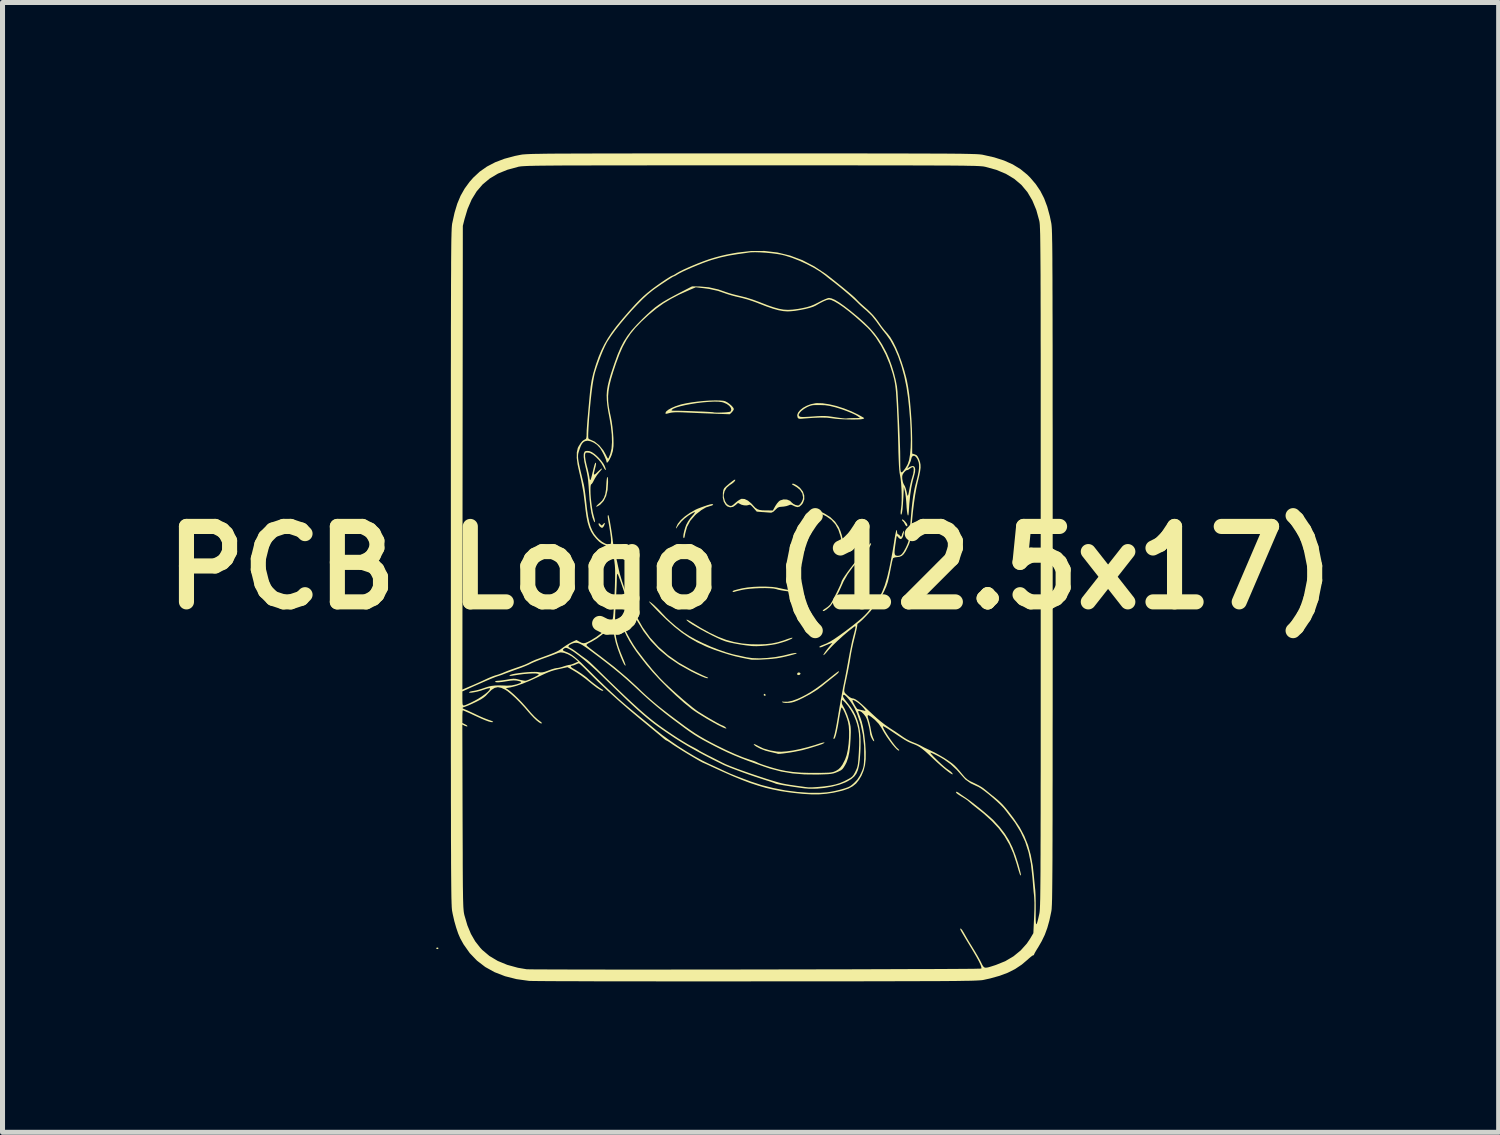
<source format=kicad_pcb>
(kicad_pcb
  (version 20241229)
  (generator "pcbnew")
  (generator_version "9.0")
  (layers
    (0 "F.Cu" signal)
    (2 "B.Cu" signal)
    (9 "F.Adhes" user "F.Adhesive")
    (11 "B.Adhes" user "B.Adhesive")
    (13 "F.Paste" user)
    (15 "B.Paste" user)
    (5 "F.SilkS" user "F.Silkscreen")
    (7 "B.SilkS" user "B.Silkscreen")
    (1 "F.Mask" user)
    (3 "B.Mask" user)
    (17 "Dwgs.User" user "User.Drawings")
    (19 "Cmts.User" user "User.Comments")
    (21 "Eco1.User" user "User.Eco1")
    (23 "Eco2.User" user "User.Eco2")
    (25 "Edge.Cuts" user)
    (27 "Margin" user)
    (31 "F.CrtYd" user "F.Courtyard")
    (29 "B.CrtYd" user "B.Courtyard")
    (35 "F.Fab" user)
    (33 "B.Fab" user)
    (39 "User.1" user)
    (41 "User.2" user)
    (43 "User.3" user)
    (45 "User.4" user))
  (footprint "PCB Logo (12.5x17)"
    (layer "F.Cu")
    (at 11.871 8.237)
    (property "Reference" "PCB Logo (12.5x17)" (at 0 0 0) (layer "F.SilkS") (effects (font (size 1.5 1.5) (thickness 0.3))))
    (attr board_only exclude_from_pos_files exclude_from_bom)
    (fp_poly (pts (xy -6.206 7.557) (xy -6.204 7.565) (xy -6.216 7.579) (xy -6.227 7.58) (xy -6.248 7.572) (xy -6.251 7.565) (xy -6.238 7.551) (xy -6.227 7.549)) (stroke (width 0) (type solid)) (fill yes) (layer "F.SilkS"))
    (fp_poly (pts (xy 0.291 2.511) (xy 0.3 2.533) (xy 0.29 2.547) (xy 0.286 2.548) (xy 0.264 2.536) (xy 0.262 2.533) (xy 0.263 2.514) (xy 0.279 2.506)) (stroke (width 0) (type solid)) (fill yes) (layer "F.SilkS"))
    (fp_poly (pts (xy 0.977 2.085) (xy 0.993 2.101) (xy 0.992 2.111) (xy 0.974 2.129) (xy 0.946 2.134) (xy 0.928 2.125) (xy 0.928 2.101) (xy 0.932 2.092) (xy 0.952 2.081)) (stroke (width 0) (type solid)) (fill yes) (layer "F.SilkS"))
    (fp_poly (pts (xy 3.029 -0.958) (xy 3.056 -0.937) (xy 3.084 -0.906) (xy 3.108 -0.874) (xy 3.118 -0.847) (xy 3.118 -0.846) (xy 3.111 -0.825) (xy 3.094 -0.828) (xy 3.075 -0.852) (xy 3.069 -0.865) (xy 3.048 -0.904) (xy 3.026 -0.927) (xy 3.01 -0.948) (xy 3.012 -0.96)) (stroke (width 0) (type solid)) (fill yes) (layer "F.SilkS"))
    (fp_poly (pts (xy -2.897 -0.888) (xy -2.903 -0.861) (xy -2.914 -0.832) (xy -2.938 -0.798) (xy -2.966 -0.796) (xy -2.996 -0.82) (xy -3.017 -0.85) (xy -3.023 -0.876) (xy -3.013 -0.886) (xy -2.996 -0.875) (xy -2.981 -0.859) (xy -2.965 -0.842) (xy -2.95 -0.846) (xy -2.928 -0.87) (xy -2.906 -0.892)) (stroke (width 0) (type solid)) (fill yes) (layer "F.SilkS"))
    (fp_poly (pts (xy -2.836 -1.777) (xy -2.833 -1.72) (xy -2.833 -1.695) (xy -2.842 -1.549) (xy -2.871 -1.427) (xy -2.919 -1.33) (xy -2.986 -1.257) (xy -3.011 -1.24) (xy -3.046 -1.22) (xy -3.067 -1.214) (xy -3.07 -1.217) (xy -3.059 -1.234) (xy -3.029 -1.263) (xy -3.005 -1.284) (xy -2.952 -1.334) (xy -2.915 -1.392) (xy -2.889 -1.464) (xy -2.874 -1.556) (xy -2.868 -1.649) (xy -2.863 -1.726) (xy -2.856 -1.778) (xy -2.848 -1.805) (xy -2.841 -1.805)) (stroke (width 0) (type solid)) (fill yes) (layer "F.SilkS"))
    (fp_poly (pts (xy 1.384 -1.117) (xy 1.425 -1.1) (xy 1.467 -1.08) (xy 1.583 -1.008) (xy 1.68 -0.917) (xy 1.751 -0.812) (xy 1.756 -0.802) (xy 1.787 -0.73) (xy 1.813 -0.648) (xy 1.832 -0.566) (xy 1.844 -0.492) (xy 1.845 -0.436) (xy 1.843 -0.425) (xy 1.83 -0.389) (xy 1.818 -0.381) (xy 1.811 -0.401) (xy 1.813 -0.439) (xy 1.813 -0.493) (xy 1.802 -0.568) (xy 1.789 -0.624) (xy 1.745 -0.757) (xy 1.685 -0.864) (xy 1.607 -0.951) (xy 1.508 -1.021) (xy 1.46 -1.046) (xy 1.394 -1.08) (xy 1.355 -1.104) (xy 1.345 -1.119) (xy 1.362 -1.124)) (stroke (width 0) (type solid)) (fill yes) (layer "F.SilkS"))
    (fp_poly (pts (xy 1.758 2.065) (xy 1.742 2.089) (xy 1.699 2.129) (xy 1.629 2.185) (xy 1.627 2.186) (xy 1.566 2.235) (xy 1.507 2.282) (xy 1.459 2.321) (xy 1.441 2.336) (xy 1.331 2.42) (xy 1.194 2.506) (xy 1.038 2.59) (xy 1.018 2.599) (xy 0.936 2.638) (xy 0.872 2.663) (xy 0.819 2.678) (xy 0.769 2.685) (xy 0.754 2.686) (xy 0.696 2.687) (xy 0.651 2.681) (xy 0.633 2.674) (xy 0.623 2.663) (xy 0.639 2.661) (xy 0.663 2.663) (xy 0.741 2.663) (xy 0.831 2.644) (xy 0.937 2.605) (xy 0.995 2.579) (xy 1.093 2.529) (xy 1.189 2.474) (xy 1.288 2.409) (xy 1.396 2.331) (xy 1.519 2.235) (xy 1.547 2.213) (xy 1.613 2.16) (xy 1.671 2.114) (xy 1.716 2.08) (xy 1.743 2.061) (xy 1.748 2.057)) (stroke (width 0) (type solid)) (fill yes) (layer "F.SilkS"))
    (fp_poly (pts (xy 0.312 0.375) (xy 0.429 0.381) (xy 0.526 0.394) (xy 0.546 0.399) (xy 0.62 0.415) (xy 0.698 0.431) (xy 0.751 0.441) (xy 0.804 0.453) (xy 0.845 0.467) (xy 0.861 0.477) (xy 0.866 0.488) (xy 0.844 0.487) (xy 0.831 0.484) (xy 0.791 0.477) (xy 0.732 0.467) (xy 0.673 0.459) (xy 0.607 0.448) (xy 0.546 0.435) (xy 0.506 0.423) (xy 0.457 0.413) (xy 0.383 0.407) (xy 0.292 0.404) (xy 0.19 0.405) (xy 0.085 0.41) (xy -0.017 0.418) (xy -0.108 0.429) (xy -0.169 0.44) (xy -0.234 0.455) (xy -0.288 0.468) (xy -0.322 0.478) (xy -0.33 0.481) (xy -0.351 0.481) (xy -0.355 0.477) (xy -0.357 0.467) (xy -0.346 0.458) (xy -0.319 0.447) (xy -0.271 0.434) (xy -0.198 0.416) (xy -0.167 0.409) (xy -0.064 0.392) (xy 0.056 0.38) (xy 0.184 0.374)) (stroke (width 0) (type solid)) (fill yes) (layer "F.SilkS"))
    (fp_poly (pts (xy 1.468 3.48) (xy 1.442 3.496) (xy 1.412 3.509) (xy 1.359 3.528) (xy 1.289 3.55) (xy 1.212 3.574) (xy 1.135 3.597) (xy 1.064 3.616) (xy 1.037 3.624) (xy 0.967 3.639) (xy 0.887 3.655) (xy 0.804 3.67) (xy 0.722 3.682) (xy 0.648 3.692) (xy 0.589 3.698) (xy 0.55 3.7) (xy 0.537 3.697) (xy 0.52 3.691) (xy 0.478 3.681) (xy 0.422 3.668) (xy 0.404 3.664) (xy 0.298 3.637) (xy 0.198 3.599) (xy 0.116 3.556) (xy 0.088 3.537) (xy 0.064 3.515) (xy 0.065 3.506) (xy 0.085 3.509) (xy 0.12 3.525) (xy 0.153 3.543) (xy 0.257 3.593) (xy 0.389 3.631) (xy 0.522 3.654) (xy 0.608 3.658) (xy 0.718 3.65) (xy 0.845 3.632) (xy 0.984 3.604) (xy 1.129 3.568) (xy 1.275 3.526) (xy 1.338 3.505) (xy 1.4 3.485) (xy 1.445 3.474) (xy 1.468 3.472)) (stroke (width 0) (type solid)) (fill yes) (layer "F.SilkS"))
    (fp_poly (pts (xy -1.256 1.035) (xy -1.219 1.053) (xy -1.186 1.074) (xy -0.991 1.194) (xy -0.812 1.293) (xy -0.646 1.372) (xy -0.486 1.433) (xy -0.329 1.476) (xy -0.17 1.505) (xy -0.004 1.52) (xy 0.15 1.523) (xy 0.296 1.519) (xy 0.422 1.505) (xy 0.541 1.48) (xy 0.666 1.442) (xy 0.733 1.417) (xy 0.785 1.4) (xy 0.821 1.391) (xy 0.836 1.393) (xy 0.836 1.394) (xy 0.817 1.411) (xy 0.773 1.432) (xy 0.712 1.457) (xy 0.638 1.481) (xy 0.558 1.504) (xy 0.499 1.519) (xy 0.413 1.534) (xy 0.313 1.547) (xy 0.211 1.555) (xy 0.116 1.559) (xy 0.039 1.557) (xy 0.032 1.557) (xy -0.09 1.543) (xy -0.212 1.525) (xy -0.327 1.504) (xy -0.426 1.483) (xy -0.502 1.462) (xy -0.506 1.46) (xy -0.578 1.433) (xy -0.666 1.393) (xy -0.767 1.344) (xy -0.872 1.29) (xy -0.976 1.234) (xy -1.073 1.179) (xy -1.157 1.129) (xy -1.221 1.086) (xy -1.242 1.069) (xy -1.271 1.042) (xy -1.274 1.031)) (stroke (width 0) (type solid)) (fill yes) (layer "F.SilkS"))
    (fp_poly (pts (xy -0.745 -1.261) (xy -0.746 -1.25) (xy -0.768 -1.237) (xy -0.804 -1.227) (xy -0.887 -1.2) (xy -0.979 -1.146) (xy -1.079 -1.067) (xy -1.104 -1.043) (xy -1.198 -0.934) (xy -1.263 -0.812) (xy -1.298 -0.685) (xy -1.309 -0.626) (xy -1.318 -0.595) (xy -1.327 -0.589) (xy -1.334 -0.596) (xy -1.338 -0.624) (xy -1.332 -0.673) (xy -1.318 -0.734) (xy -1.299 -0.799) (xy -1.277 -0.858) (xy -1.243 -0.92) (xy -1.197 -0.986) (xy -1.162 -1.028) (xy -1.128 -1.067) (xy -1.109 -1.096) (xy -1.108 -1.108) (xy -1.109 -1.108) (xy -1.131 -1.099) (xy -1.172 -1.077) (xy -1.223 -1.045) (xy -1.238 -1.036) (xy -1.311 -0.98) (xy -1.375 -0.918) (xy -1.438 -0.84) (xy -1.468 -0.797) (xy -1.482 -0.779) (xy -1.483 -0.787) (xy -1.478 -0.807) (xy -1.446 -0.875) (xy -1.388 -0.947) (xy -1.307 -1.02) (xy -1.206 -1.091) (xy -1.097 -1.153) (xy -1.049 -1.175) (xy -0.987 -1.199) (xy -0.919 -1.223) (xy -0.855 -1.245) (xy -0.802 -1.26) (xy -0.77 -1.266) (xy -0.769 -1.266)) (stroke (width 0) (type solid)) (fill yes) (layer "F.SilkS"))
    (fp_poly (pts (xy 2.394 -0.47) (xy 2.38 -0.439) (xy 2.347 -0.383) (xy 2.306 -0.325) (xy 2.251 -0.258) (xy 2.178 -0.178) (xy 2.152 -0.15) (xy 2.034 -0.015) (xy 1.932 0.127) (xy 1.851 0.268) (xy 1.829 0.317) (xy 1.761 0.466) (xy 1.698 0.59) (xy 1.642 0.686) (xy 1.593 0.754) (xy 1.57 0.779) (xy 1.51 0.829) (xy 1.465 0.857) (xy 1.439 0.861) (xy 1.434 0.857) (xy 1.441 0.842) (xy 1.469 0.82) (xy 1.488 0.809) (xy 1.537 0.774) (xy 1.581 0.733) (xy 1.588 0.723) (xy 1.607 0.693) (xy 1.635 0.643) (xy 1.668 0.58) (xy 1.703 0.511) (xy 1.737 0.442) (xy 1.767 0.378) (xy 1.79 0.327) (xy 1.803 0.295) (xy 1.804 0.288) (xy 1.814 0.26) (xy 1.84 0.213) (xy 1.881 0.151) (xy 1.931 0.08) (xy 1.988 0.004) (xy 2.048 -0.072) (xy 2.108 -0.143) (xy 2.134 -0.173) (xy 2.194 -0.241) (xy 2.25 -0.308) (xy 2.297 -0.366) (xy 2.329 -0.41) (xy 2.335 -0.42) (xy 2.363 -0.462) (xy 2.384 -0.485) (xy 2.396 -0.489)) (stroke (width 0) (type solid)) (fill yes) (layer "F.SilkS"))
    (fp_poly (pts (xy 4.128 4.468) (xy 4.142 4.478) (xy 4.179 4.505) (xy 4.23 4.54) (xy 4.276 4.571) (xy 4.329 4.608) (xy 4.4 4.661) (xy 4.481 4.724) (xy 4.566 4.792) (xy 4.65 4.861) (xy 4.726 4.926) (xy 4.788 4.981) (xy 4.83 5.02) (xy 4.951 5.153) (xy 5.052 5.283) (xy 5.136 5.417) (xy 5.207 5.562) (xy 5.27 5.726) (xy 5.319 5.88) (xy 5.341 5.959) (xy 5.359 6.028) (xy 5.371 6.08) (xy 5.376 6.11) (xy 5.375 6.115) (xy 5.366 6.115) (xy 5.353 6.093) (xy 5.343 6.062) (xy 5.326 6.009) (xy 5.306 5.94) (xy 5.286 5.871) (xy 5.222 5.677) (xy 5.144 5.5) (xy 5.049 5.337) (xy 4.934 5.183) (xy 4.795 5.034) (xy 4.631 4.885) (xy 4.524 4.8) (xy 4.46 4.749) (xy 4.404 4.704) (xy 4.362 4.668) (xy 4.338 4.647) (xy 4.336 4.645) (xy 4.313 4.625) (xy 4.27 4.595) (xy 4.217 4.562) (xy 4.208 4.557) (xy 4.156 4.525) (xy 4.114 4.497) (xy 4.092 4.479) (xy 4.09 4.477) (xy 4.084 4.456) (xy 4.098 4.453)) (stroke (width 0) (type solid)) (fill yes) (layer "F.SilkS"))
    (fp_poly (pts (xy -2.585 1.026) (xy -2.567 1.061) (xy -2.556 1.088) (xy -2.512 1.191) (xy -2.456 1.307) (xy -2.392 1.425) (xy -2.326 1.535) (xy -2.265 1.626) (xy -2.262 1.63) (xy -2.101 1.841) (xy -1.953 2.023) (xy -1.817 2.176) (xy -1.789 2.206) (xy -1.717 2.279) (xy -1.63 2.361) (xy -1.535 2.449) (xy -1.434 2.539) (xy -1.334 2.627) (xy -1.238 2.707) (xy -1.152 2.777) (xy -1.08 2.832) (xy -1.04 2.86) (xy -0.974 2.901) (xy -0.9 2.947) (xy -0.822 2.993) (xy -0.746 3.037) (xy -0.677 3.076) (xy -0.62 3.107) (xy -0.58 3.127) (xy -0.563 3.134) (xy -0.539 3.143) (xy -0.507 3.165) (xy -0.506 3.165) (xy -0.482 3.188) (xy -0.483 3.196) (xy -0.507 3.191) (xy -0.552 3.173) (xy -0.615 3.142) (xy -0.657 3.121) (xy -0.757 3.066) (xy -0.862 3.006) (xy -0.964 2.944) (xy -1.058 2.885) (xy -1.134 2.834) (xy -1.171 2.807) (xy -1.323 2.683) (xy -1.483 2.541) (xy -1.646 2.387) (xy -1.803 2.229) (xy -1.947 2.073) (xy -2.072 1.926) (xy -2.074 1.923) (xy -2.18 1.788) (xy -2.269 1.671) (xy -2.342 1.563) (xy -2.406 1.46) (xy -2.464 1.354) (xy -2.519 1.24) (xy -2.562 1.145) (xy -2.589 1.082) (xy -2.604 1.044) (xy -2.609 1.023) (xy -2.606 1.014) (xy -2.598 1.013)) (stroke (width 0) (type solid)) (fill yes) (layer "F.SilkS"))
    (fp_poly (pts (xy -2.005 0.675) (xy -1.972 0.698) (xy -1.928 0.735) (xy -1.878 0.782) (xy -1.827 0.832) (xy -1.779 0.882) (xy -1.757 0.907) (xy -1.683 0.986) (xy -1.588 1.075) (xy -1.481 1.167) (xy -1.368 1.256) (xy -1.324 1.288) (xy -1.218 1.357) (xy -1.089 1.429) (xy -0.943 1.5) (xy -0.789 1.569) (xy -0.633 1.63) (xy -0.483 1.682) (xy -0.347 1.721) (xy -0.307 1.73) (xy -0.232 1.746) (xy -0.147 1.765) (xy -0.079 1.78) (xy 0.039 1.796) (xy 0.179 1.801) (xy 0.333 1.793) (xy 0.493 1.775) (xy 0.651 1.746) (xy 0.74 1.724) (xy 0.809 1.707) (xy 0.865 1.697) (xy 0.903 1.693) (xy 0.917 1.697) (xy 0.915 1.702) (xy 0.893 1.712) (xy 0.848 1.726) (xy 0.785 1.743) (xy 0.713 1.761) (xy 0.639 1.778) (xy 0.569 1.792) (xy 0.51 1.802) (xy 0.506 1.802) (xy 0.438 1.81) (xy 0.357 1.817) (xy 0.27 1.822) (xy 0.185 1.827) (xy 0.108 1.829) (xy 0.048 1.829) (xy 0.011 1.827) (xy 0.008 1.826) (xy -0.02 1.82) (xy -0.072 1.81) (xy -0.138 1.797) (xy -0.19 1.786) (xy -0.306 1.76) (xy -0.439 1.723) (xy -0.581 1.678) (xy -0.721 1.63) (xy -0.849 1.581) (xy -0.897 1.56) (xy -1.063 1.481) (xy -1.218 1.392) (xy -1.369 1.289) (xy -1.52 1.169) (xy -1.677 1.028) (xy -1.794 0.914) (xy -1.863 0.844) (xy -1.923 0.781) (xy -1.972 0.729) (xy -2.005 0.691) (xy -2.02 0.672) (xy -2.02 0.67)) (stroke (width 0) (type solid)) (fill yes) (layer "F.SilkS"))
    (fp_poly (pts (xy -0.616 -3.326) (xy -0.544 -3.32) (xy -0.506 -3.311) (xy -0.463 -3.289) (xy -0.416 -3.255) (xy -0.373 -3.217) (xy -0.343 -3.18) (xy -0.332 -3.155) (xy -0.343 -3.129) (xy -0.368 -3.096) (xy -0.372 -3.092) (xy -0.413 -3.052) (xy -0.701 -3.062) (xy -0.82 -3.067) (xy -0.954 -3.072) (xy -1.089 -3.078) (xy -1.211 -3.083) (xy -1.255 -3.085) (xy -1.365 -3.09) (xy -1.45 -3.092) (xy -1.516 -3.09) (xy -1.568 -3.085) (xy -1.614 -3.076) (xy -1.658 -3.064) (xy -1.686 -3.06) (xy -1.693 -3.075) (xy -1.679 -3.105) (xy -1.65 -3.129) (xy -1.572 -3.129) (xy -1.559 -3.123) (xy -1.519 -3.122) (xy -1.517 -3.122) (xy -1.474 -3.122) (xy -1.41 -3.121) (xy -1.329 -3.119) (xy -1.239 -3.116) (xy -1.142 -3.112) (xy -1.046 -3.108) (xy -0.955 -3.105) (xy -0.874 -3.101) (xy -0.808 -3.097) (xy -0.764 -3.094) (xy -0.745 -3.092) (xy -0.745 -3.092) (xy -0.724 -3.087) (xy -0.679 -3.085) (xy -0.62 -3.085) (xy -0.555 -3.087) (xy -0.491 -3.09) (xy -0.439 -3.096) (xy -0.406 -3.102) (xy -0.399 -3.105) (xy -0.383 -3.14) (xy -0.392 -3.179) (xy -0.424 -3.22) (xy -0.473 -3.256) (xy -0.537 -3.284) (xy -0.57 -3.293) (xy -0.639 -3.302) (xy -0.728 -3.303) (xy -0.833 -3.298) (xy -0.947 -3.288) (xy -1.065 -3.274) (xy -1.183 -3.255) (xy -1.294 -3.234) (xy -1.394 -3.211) (xy -1.477 -3.186) (xy -1.537 -3.161) (xy -1.564 -3.142) (xy -1.572 -3.129) (xy -1.65 -3.129) (xy -1.637 -3.14) (xy -1.575 -3.175) (xy -1.495 -3.21) (xy -1.402 -3.241) (xy -1.366 -3.251) (xy -1.273 -3.271) (xy -1.166 -3.289) (xy -1.05 -3.304) (xy -0.931 -3.316) (xy -0.815 -3.324) (xy -0.708 -3.327)) (stroke (width 0) (type solid)) (fill yes) (layer "F.SilkS"))
    (fp_poly (pts (xy 1.43 -3.27) (xy 1.563 -3.25) (xy 1.707 -3.216) (xy 1.856 -3.168) (xy 2.004 -3.11) (xy 2.143 -3.043) (xy 2.247 -2.984) (xy 2.259 -2.971) (xy 2.244 -2.962) (xy 2.231 -2.958) (xy 2.19 -2.951) (xy 2.124 -2.948) (xy 2.041 -2.947) (xy 1.948 -2.948) (xy 1.852 -2.951) (xy 1.761 -2.956) (xy 1.682 -2.963) (xy 1.63 -2.97) (xy 1.523 -2.983) (xy 1.393 -2.986) (xy 1.238 -2.98) (xy 1.056 -2.966) (xy 1.05 -2.965) (xy 0.995 -2.961) (xy 0.963 -2.963) (xy 0.945 -2.973) (xy 0.935 -2.988) (xy 0.927 -3.034) (xy 0.955 -3.034) (xy 0.965 -3.016) (xy 0.968 -3.013) (xy 0.981 -3.004) (xy 1.001 -2.999) (xy 1.035 -2.997) (xy 1.086 -2.998) (xy 1.159 -3.002) (xy 1.236 -3.007) (xy 1.335 -3.014) (xy 1.412 -3.017) (xy 1.477 -3.017) (xy 1.539 -3.013) (xy 1.607 -3.004) (xy 1.678 -2.993) (xy 1.756 -2.982) (xy 1.825 -2.973) (xy 1.877 -2.968) (xy 1.906 -2.968) (xy 1.907 -2.968) (xy 1.938 -2.972) (xy 1.99 -2.974) (xy 2.052 -2.976) (xy 2.057 -2.976) (xy 2.176 -2.977) (xy 2.133 -3.011) (xy 2.087 -3.039) (xy 2.016 -3.072) (xy 1.929 -3.108) (xy 1.83 -3.145) (xy 1.727 -3.178) (xy 1.678 -3.192) (xy 1.576 -3.217) (xy 1.482 -3.231) (xy 1.378 -3.235) (xy 1.369 -3.235) (xy 1.293 -3.235) (xy 1.239 -3.232) (xy 1.196 -3.223) (xy 1.156 -3.208) (xy 1.119 -3.191) (xy 1.062 -3.157) (xy 1.012 -3.118) (xy 0.986 -3.091) (xy 0.961 -3.055) (xy 0.955 -3.034) (xy 0.927 -3.034) (xy 0.926 -3.035) (xy 0.945 -3.085) (xy 0.985 -3.134) (xy 1.044 -3.181) (xy 1.117 -3.221) (xy 1.2 -3.252) (xy 1.288 -3.27) (xy 1.316 -3.273)) (stroke (width 0) (type solid)) (fill yes) (layer "F.SilkS"))
    (fp_poly (pts (xy -3.211 -2.321) (xy -3.204 -2.319) (xy -3.155 -2.299) (xy -3.096 -2.258) (xy -3.034 -2.202) (xy -2.976 -2.139) (xy -2.928 -2.075) (xy -2.901 -2.026) (xy -2.881 -1.972) (xy -2.877 -1.945) (xy -2.887 -1.944) (xy -2.908 -1.973) (xy -2.929 -2.014) (xy -2.966 -2.078) (xy -3.017 -2.143) (xy -3.075 -2.202) (xy -3.134 -2.25) (xy -3.187 -2.28) (xy -3.205 -2.286) (xy -3.246 -2.29) (xy -3.274 -2.288) (xy -3.276 -2.287) (xy -3.289 -2.261) (xy -3.29 -2.21) (xy -3.28 -2.136) (xy -3.26 -2.044) (xy -3.254 -2.022) (xy -3.235 -1.947) (xy -3.218 -1.874) (xy -3.206 -1.814) (xy -3.204 -1.801) (xy -3.198 -1.762) (xy -3.191 -1.743) (xy -3.182 -1.747) (xy -3.171 -1.775) (xy -3.156 -1.83) (xy -3.136 -1.914) (xy -3.133 -1.927) (xy -3.117 -1.993) (xy -3.102 -2.047) (xy -3.089 -2.08) (xy -3.083 -2.089) (xy -3.073 -2.083) (xy -3.072 -2.06) (xy -3.08 -2.017) (xy -3.094 -1.962) (xy -3.11 -1.898) (xy -3.115 -1.861) (xy -3.106 -1.851) (xy -3.082 -1.866) (xy -3.041 -1.904) (xy -3.039 -1.907) (xy -2.992 -1.95) (xy -2.963 -1.971) (xy -2.952 -1.972) (xy -2.963 -1.951) (xy -2.997 -1.91) (xy -3.008 -1.898) (xy -3.053 -1.842) (xy -3.094 -1.777) (xy -3.111 -1.745) (xy -3.134 -1.7) (xy -3.154 -1.67) (xy -3.165 -1.662) (xy -3.176 -1.647) (xy -3.182 -1.606) (xy -3.183 -1.545) (xy -3.181 -1.469) (xy -3.175 -1.383) (xy -3.165 -1.292) (xy -3.153 -1.202) (xy -3.139 -1.118) (xy -3.122 -1.045) (xy -3.117 -1.027) (xy -3.1 -0.965) (xy -3.093 -0.923) (xy -3.094 -0.904) (xy -3.105 -0.912) (xy -3.116 -0.93) (xy -3.142 -0.997) (xy -3.165 -1.092) (xy -3.185 -1.213) (xy -3.201 -1.357) (xy -3.212 -1.507) (xy -3.22 -1.627) (xy -3.228 -1.723) (xy -3.238 -1.805) (xy -3.252 -1.88) (xy -3.269 -1.956) (xy -3.277 -1.987) (xy -3.304 -2.108) (xy -3.317 -2.2) (xy -3.316 -2.266) (xy -3.3 -2.306) (xy -3.29 -2.315) (xy -3.258 -2.323)) (stroke (width 0) (type solid)) (fill yes) (layer "F.SilkS"))
    (fp_poly (pts (xy -0.305 -1.751) (xy -0.307 -1.733) (xy -0.33 -1.704) (xy -0.369 -1.672) (xy -0.415 -1.642) (xy -0.475 -1.591) (xy -0.516 -1.523) (xy -0.534 -1.446) (xy -0.531 -1.405) (xy -0.509 -1.325) (xy -0.471 -1.266) (xy -0.423 -1.235) (xy -0.396 -1.229) (xy -0.373 -1.233) (xy -0.344 -1.253) (xy -0.302 -1.29) (xy -0.255 -1.329) (xy -0.208 -1.358) (xy -0.178 -1.371) (xy -0.119 -1.367) (xy -0.053 -1.335) (xy 0.017 -1.277) (xy 0.055 -1.235) (xy 0.093 -1.194) (xy 0.13 -1.167) (xy 0.173 -1.151) (xy 0.232 -1.142) (xy 0.312 -1.14) (xy 0.336 -1.14) (xy 0.443 -1.139) (xy 0.492 -1.227) (xy 0.526 -1.278) (xy 0.563 -1.32) (xy 0.587 -1.338) (xy 0.655 -1.359) (xy 0.724 -1.356) (xy 0.784 -1.331) (xy 0.818 -1.297) (xy 0.85 -1.27) (xy 0.894 -1.248) (xy 0.937 -1.238) (xy 0.957 -1.24) (xy 0.986 -1.264) (xy 1.015 -1.307) (xy 1.037 -1.356) (xy 1.044 -1.397) (xy 1.029 -1.476) (xy 0.985 -1.546) (xy 0.926 -1.595) (xy 0.882 -1.623) (xy 0.847 -1.644) (xy 0.833 -1.651) (xy 0.822 -1.663) (xy 0.825 -1.668) (xy 0.848 -1.672) (xy 0.886 -1.657) (xy 0.933 -1.629) (xy 0.98 -1.591) (xy 0.985 -1.586) (xy 1.04 -1.515) (xy 1.067 -1.438) (xy 1.068 -1.36) (xy 1.041 -1.287) (xy 1.013 -1.25) (xy 0.972 -1.215) (xy 0.931 -1.205) (xy 0.882 -1.219) (xy 0.854 -1.233) (xy 0.815 -1.251) (xy 0.787 -1.253) (xy 0.755 -1.24) (xy 0.713 -1.226) (xy 0.657 -1.216) (xy 0.629 -1.214) (xy 0.576 -1.209) (xy 0.54 -1.195) (xy 0.506 -1.165) (xy 0.493 -1.151) (xy 0.449 -1.111) (xy 0.412 -1.095) (xy 0.406 -1.095) (xy 0.374 -1.097) (xy 0.321 -1.101) (xy 0.258 -1.106) (xy 0.248 -1.106) (xy 0.123 -1.116) (xy 0.058 -1.19) (xy 0.02 -1.231) (xy -0.006 -1.251) (xy -0.026 -1.253) (xy -0.037 -1.248) (xy -0.076 -1.239) (xy -0.129 -1.241) (xy -0.182 -1.254) (xy -0.221 -1.274) (xy -0.222 -1.275) (xy -0.241 -1.286) (xy -0.26 -1.281) (xy -0.289 -1.254) (xy -0.293 -1.25) (xy -0.348 -1.211) (xy -0.406 -1.201) (xy -0.462 -1.22) (xy -0.496 -1.251) (xy -0.534 -1.315) (xy -0.552 -1.395) (xy -0.55 -1.491) (xy -0.541 -1.546) (xy -0.523 -1.583) (xy -0.488 -1.618) (xy -0.485 -1.621) (xy -0.414 -1.681) (xy -0.363 -1.721) (xy -0.329 -1.745) (xy -0.311 -1.752)) (stroke (width 0) (type solid)) (fill yes) (layer "F.SilkS"))
    (fp_poly (pts (xy 0.469 -8.237) (xy 0.884 -8.237) (xy 1.269 -8.237) (xy 1.626 -8.237) (xy 1.956 -8.237) (xy 2.26 -8.237) (xy 2.539 -8.236) (xy 2.794 -8.236) (xy 3.026 -8.236) (xy 3.237 -8.235) (xy 3.428 -8.235) (xy 3.599 -8.234) (xy 3.752 -8.234) (xy 3.888 -8.233) (xy 4.008 -8.232) (xy 4.113 -8.231) (xy 4.205 -8.23) (xy 4.284 -8.228) (xy 4.352 -8.227) (xy 4.409 -8.225) (xy 4.457 -8.224) (xy 4.498 -8.222) (xy 4.531 -8.22) (xy 4.558 -8.218) (xy 4.581 -8.215) (xy 4.6 -8.213) (xy 4.617 -8.21) (xy 4.621 -8.209) (xy 4.843 -8.159) (xy 5.039 -8.096) (xy 5.212 -8.019) (xy 5.365 -7.925) (xy 5.5 -7.815) (xy 5.56 -7.755) (xy 5.669 -7.627) (xy 5.761 -7.491) (xy 5.836 -7.344) (xy 5.898 -7.179) (xy 5.949 -6.991) (xy 5.978 -6.852) (xy 5.98 -6.839) (xy 5.982 -6.824) (xy 5.984 -6.805) (xy 5.986 -6.783) (xy 5.988 -6.756) (xy 5.99 -6.723) (xy 5.991 -6.683) (xy 5.993 -6.636) (xy 5.994 -6.581) (xy 5.995 -6.516) (xy 5.997 -6.442) (xy 5.998 -6.355) (xy 5.999 -6.257) (xy 6 -6.146) (xy 6 -6.022) (xy 6.001 -5.882) (xy 6.002 -5.727) (xy 6.002 -5.555) (xy 6.003 -5.366) (xy 6.003 -5.158) (xy 6.004 -4.931) (xy 6.004 -4.684) (xy 6.005 -4.416) (xy 6.005 -4.126) (xy 6.005 -3.813) (xy 6.005 -3.476) (xy 6.005 -3.114) (xy 6.006 -2.727) (xy 6.006 -2.313) (xy 6.006 -1.872) (xy 6.006 -1.403) (xy 6.006 -0.904) (xy 6.006 -0.375) (xy 6.006 -0.008) (xy 6.006 0.541) (xy 6.006 1.06) (xy 6.006 1.549) (xy 6.006 2.009) (xy 6.006 2.44) (xy 6.006 2.845) (xy 6.005 3.223) (xy 6.005 3.577) (xy 6.005 3.905) (xy 6.005 4.211) (xy 6.004 4.493) (xy 6.004 4.754) (xy 6.004 4.994) (xy 6.003 5.215) (xy 6.003 5.416) (xy 6.002 5.599) (xy 6.002 5.765) (xy 6.001 5.915) (xy 6 6.05) (xy 5.999 6.17) (xy 5.998 6.276) (xy 5.997 6.37) (xy 5.996 6.452) (xy 5.995 6.524) (xy 5.994 6.585) (xy 5.992 6.637) (xy 5.991 6.682) (xy 5.989 6.719) (xy 5.987 6.75) (xy 5.986 6.775) (xy 5.984 6.796) (xy 5.982 6.813) (xy 5.979 6.828) (xy 5.978 6.837) (xy 5.941 7.011) (xy 5.899 7.161) (xy 5.849 7.297) (xy 5.787 7.425) (xy 5.712 7.555) (xy 5.704 7.566) (xy 5.672 7.619) (xy 5.647 7.663) (xy 5.635 7.69) (xy 5.634 7.694) (xy 5.628 7.705) (xy 5.624 7.702) (xy 5.608 7.708) (xy 5.576 7.731) (xy 5.533 7.767) (xy 5.513 7.786) (xy 5.39 7.89) (xy 5.258 7.978) (xy 5.113 8.051) (xy 4.95 8.112) (xy 4.764 8.164) (xy 4.637 8.192) (xy 4.622 8.195) (xy 4.604 8.198) (xy 4.582 8.2) (xy 4.556 8.202) (xy 4.523 8.204) (xy 4.483 8.206) (xy 4.434 8.208) (xy 4.377 8.21) (xy 4.308 8.211) (xy 4.228 8.212) (xy 4.135 8.214) (xy 4.027 8.215) (xy 3.905 8.216) (xy 3.767 8.217) (xy 3.611 8.217) (xy 3.436 8.218) (xy 3.242 8.219) (xy 3.028 8.219) (xy 2.791 8.22) (xy 2.531 8.22) (xy 2.247 8.221) (xy 1.938 8.221) (xy 1.603 8.221) (xy 1.24 8.222) (xy 0.849 8.222) (xy 0.427 8.222) (xy 0.119 8.222) (xy -0.253 8.223) (xy -0.618 8.223) (xy -0.974 8.223) (xy -1.32 8.223) (xy -1.654 8.223) (xy -1.976 8.222) (xy -2.284 8.222) (xy -2.576 8.222) (xy -2.852 8.221) (xy -3.109 8.221) (xy -3.348 8.22) (xy -3.565 8.219) (xy -3.761 8.219) (xy -3.933 8.218) (xy -4.081 8.217) (xy -4.202 8.216) (xy -4.296 8.215) (xy -4.362 8.214) (xy -4.398 8.213) (xy -4.402 8.213) (xy -4.653 8.178) (xy -4.881 8.12) (xy -5.088 8.04) (xy -5.274 7.937) (xy -5.439 7.81) (xy -5.582 7.661) (xy -5.705 7.487) (xy -5.772 7.366) (xy -5.812 7.273) (xy -5.852 7.155) (xy -5.89 7.022) (xy -5.922 6.88) (xy -5.93 6.837) (xy -5.933 6.823) (xy -5.935 6.808) (xy -5.937 6.789) (xy -5.939 6.767) (xy -5.941 6.74) (xy -5.942 6.707) (xy -5.944 6.667) (xy -5.945 6.621) (xy -5.947 6.565) (xy -5.948 6.501) (xy -5.949 6.426) (xy -5.95 6.34) (xy -5.951 6.242) (xy -5.952 6.131) (xy -5.953 6.006) (xy -5.954 5.866) (xy -5.954 5.711) (xy -5.955 5.539) (xy -5.956 5.35) (xy -5.956 5.142) (xy -5.956 4.915) (xy -5.957 4.668) (xy -5.957 4.4) (xy -5.957 4.11) (xy -5.958 3.797) (xy -5.958 3.46) (xy -5.958 3.116) (xy -5.73 3.116) (xy -5.725 4.949) (xy -5.724 5.228) (xy -5.723 5.478) (xy -5.722 5.7) (xy -5.722 5.896) (xy -5.721 6.067) (xy -5.72 6.216) (xy -5.719 6.344) (xy -5.717 6.453) (xy -5.716 6.545) (xy -5.714 6.622) (xy -5.712 6.686) (xy -5.71 6.738) (xy -5.707 6.78) (xy -5.704 6.814) (xy -5.701 6.843) (xy -5.697 6.867) (xy -5.693 6.888) (xy -5.688 6.909) (xy -5.686 6.916) (xy -5.629 7.11) (xy -5.559 7.279) (xy -5.475 7.425) (xy -5.374 7.554) (xy -5.334 7.597) (xy -5.192 7.717) (xy -5.026 7.816) (xy -4.837 7.894) (xy -4.625 7.952) (xy -4.455 7.981) (xy -4.431 7.982) (xy -4.378 7.983) (xy -4.296 7.984) (xy -4.188 7.985) (xy -4.054 7.985) (xy -3.897 7.986) (xy -3.718 7.986) (xy -3.518 7.987) (xy -3.299 7.987) (xy -3.063 7.987) (xy -2.81 7.988) (xy -2.543 7.988) (xy -2.264 7.988) (xy -1.973 7.988) (xy -1.672 7.988) (xy -1.362 7.987) (xy -1.046 7.987) (xy -0.725 7.987) (xy -0.4 7.987) (xy -0.073 7.986) (xy 0.255 7.986) (xy 0.582 7.985) (xy 0.907 7.985) (xy 1.227 7.984) (xy 1.542 7.983) (xy 1.85 7.983) (xy 2.15 7.982) (xy 2.439 7.981) (xy 2.717 7.98) (xy 2.982 7.979) (xy 3.232 7.978) (xy 3.466 7.978) (xy 3.682 7.977) (xy 3.878 7.976) (xy 4.054 7.975) (xy 4.208 7.974) (xy 4.338 7.973) (xy 4.442 7.972) (xy 4.52 7.97) (xy 4.569 7.969) (xy 4.587 7.968) (xy 4.588 7.968) (xy 4.589 7.944) (xy 4.573 7.896) (xy 4.539 7.824) (xy 4.487 7.729) (xy 4.419 7.613) (xy 4.389 7.563) (xy 4.32 7.45) (xy 4.266 7.361) (xy 4.226 7.293) (xy 4.197 7.244) (xy 4.179 7.21) (xy 4.169 7.188) (xy 4.167 7.177) (xy 4.169 7.173) (xy 4.183 7.175) (xy 4.207 7.203) (xy 4.241 7.258) (xy 4.271 7.311) (xy 4.299 7.36) (xy 4.338 7.427) (xy 4.384 7.501) (xy 4.423 7.565) (xy 4.47 7.642) (xy 4.518 7.724) (xy 4.559 7.798) (xy 4.583 7.845) (xy 4.606 7.893) (xy 4.626 7.925) (xy 4.648 7.945) (xy 4.676 7.951) (xy 4.718 7.945) (xy 4.778 7.928) (xy 4.862 7.901) (xy 4.882 7.894) (xy 5.063 7.821) (xy 5.227 7.724) (xy 5.37 7.607) (xy 5.491 7.472) (xy 5.554 7.379) (xy 5.622 7.264) (xy 5.636 6.959) (xy 5.642 6.797) (xy 5.643 6.66) (xy 5.638 6.551) (xy 5.635 6.512) (xy 5.627 6.442) (xy 5.619 6.351) (xy 5.611 6.251) (xy 5.603 6.151) (xy 5.601 6.133) (xy 5.573 5.883) (xy 5.526 5.655) (xy 5.459 5.447) (xy 5.369 5.254) (xy 5.258 5.072) (xy 5.202 4.997) (xy 5.156 4.938) (xy 5.115 4.884) (xy 5.084 4.843) (xy 5.073 4.829) (xy 5.029 4.775) (xy 4.968 4.712) (xy 4.894 4.642) (xy 4.813 4.57) (xy 4.731 4.501) (xy 4.653 4.44) (xy 4.583 4.389) (xy 4.527 4.355) (xy 4.504 4.345) (xy 4.376 4.285) (xy 4.271 4.21) (xy 4.223 4.158) (xy 4.099 4.019) (xy 3.976 3.905) (xy 3.846 3.811) (xy 3.762 3.761) (xy 3.695 3.726) (xy 3.638 3.698) (xy 3.596 3.68) (xy 3.576 3.674) (xy 3.575 3.675) (xy 3.579 3.687) (xy 3.602 3.715) (xy 3.64 3.756) (xy 3.689 3.805) (xy 3.743 3.857) (xy 3.798 3.908) (xy 3.85 3.954) (xy 3.895 3.991) (xy 3.922 4.01) (xy 3.97 4.044) (xy 4.004 4.076) (xy 4.019 4.099) (xy 4.017 4.107) (xy 4 4.102) (xy 3.964 4.08) (xy 3.913 4.042) (xy 3.851 3.992) (xy 3.782 3.934) (xy 3.71 3.87) (xy 3.639 3.804) (xy 3.624 3.79) (xy 3.538 3.709) (xy 3.469 3.646) (xy 3.411 3.599) (xy 3.36 3.563) (xy 3.311 3.535) (xy 3.257 3.511) (xy 3.222 3.498) (xy 3.183 3.482) (xy 3.144 3.465) (xy 3.104 3.444) (xy 3.056 3.416) (xy 2.998 3.379) (xy 2.924 3.331) (xy 2.832 3.269) (xy 2.762 3.222) (xy 2.707 3.187) (xy 2.663 3.162) (xy 2.636 3.15) (xy 2.63 3.151) (xy 2.635 3.173) (xy 2.655 3.216) (xy 2.688 3.272) (xy 2.729 3.337) (xy 2.775 3.405) (xy 2.822 3.471) (xy 2.866 3.529) (xy 2.904 3.574) (xy 2.932 3.6) (xy 2.953 3.621) (xy 2.954 3.635) (xy 2.936 3.632) (xy 2.904 3.607) (xy 2.862 3.563) (xy 2.813 3.505) (xy 2.761 3.435) (xy 2.707 3.359) (xy 2.657 3.28) (xy 2.612 3.202) (xy 2.6 3.18) (xy 2.548 3.103) (xy 2.474 3.026) (xy 2.457 3.011) (xy 2.396 2.962) (xy 2.355 2.935) (xy 2.333 2.93) (xy 2.327 2.949) (xy 2.336 2.99) (xy 2.345 3.019) (xy 2.364 3.085) (xy 2.382 3.163) (xy 2.392 3.22) (xy 2.406 3.287) (xy 2.424 3.35) (xy 2.44 3.391) (xy 2.455 3.427) (xy 2.458 3.448) (xy 2.454 3.45) (xy 2.436 3.436) (xy 2.414 3.402) (xy 2.393 3.358) (xy 2.378 3.313) (xy 2.374 3.283) (xy 2.369 3.241) (xy 2.358 3.181) (xy 2.341 3.111) (xy 2.323 3.044) (xy 2.307 2.999) (xy 2.283 2.953) (xy 2.248 2.908) (xy 2.209 2.87) (xy 2.174 2.85) (xy 2.165 2.849) (xy 2.148 2.849) (xy 2.14 2.853) (xy 2.141 2.867) (xy 2.152 2.898) (xy 2.173 2.953) (xy 2.175 2.957) (xy 2.209 3.056) (xy 2.236 3.168) (xy 2.258 3.298) (xy 2.276 3.452) (xy 2.28 3.494) (xy 2.29 3.661) (xy 2.289 3.804) (xy 2.275 3.927) (xy 2.246 4.036) (xy 2.204 4.136) (xy 2.155 4.217) (xy 2.099 4.288) (xy 2.032 4.343) (xy 1.95 4.388) (xy 1.845 4.425) (xy 1.796 4.438) (xy 1.651 4.471) (xy 1.508 4.493) (xy 1.362 4.505) (xy 1.207 4.505) (xy 1.037 4.495) (xy 0.845 4.475) (xy 0.76 4.464) (xy 0.601 4.44) (xy 0.45 4.41) (xy 0.301 4.375) (xy 0.15 4.331) (xy -0.008 4.279) (xy -0.175 4.216) (xy -0.357 4.141) (xy -0.559 4.052) (xy -0.76 3.96) (xy -0.826 3.929) (xy -0.885 3.902) (xy -0.929 3.883) (xy -0.946 3.876) (xy -0.975 3.861) (xy -1.026 3.833) (xy -1.093 3.794) (xy -1.171 3.748) (xy -1.255 3.698) (xy -1.34 3.646) (xy -1.419 3.596) (xy -1.489 3.552) (xy -1.544 3.516) (xy -1.562 3.503) (xy -1.61 3.47) (xy -1.649 3.445) (xy -1.671 3.434) (xy -1.672 3.434) (xy -1.691 3.424) (xy -1.724 3.398) (xy -1.749 3.377) (xy -1.777 3.353) (xy -1.826 3.312) (xy -1.892 3.257) (xy -1.972 3.191) (xy -2.061 3.117) (xy -2.157 3.038) (xy -2.192 3.01) (xy -2.413 2.825) (xy -2.631 2.635) (xy -2.84 2.446) (xy -3.034 2.264) (xy -3.208 2.092) (xy -3.245 2.054) (xy -3.301 1.998) (xy -3.351 1.95) (xy -3.389 1.916) (xy -3.411 1.9) (xy -3.413 1.899) (xy -3.438 1.906) (xy -3.475 1.922) (xy -3.476 1.923) (xy -3.516 1.94) (xy -3.549 1.946) (xy -3.573 1.953) (xy -3.571 1.97) (xy -3.545 1.993) (xy -3.525 2.004) (xy -3.478 2.031) (xy -3.42 2.067) (xy -3.358 2.108) (xy -3.301 2.149) (xy -3.255 2.184) (xy -3.229 2.208) (xy -3.228 2.209) (xy -3.205 2.23) (xy -3.164 2.264) (xy -3.113 2.304) (xy -3.057 2.346) (xy -3.006 2.384) (xy -2.964 2.412) (xy -2.94 2.425) (xy -2.928 2.439) (xy -2.931 2.445) (xy -2.953 2.445) (xy -2.994 2.425) (xy -3.055 2.386) (xy -3.131 2.328) (xy -3.167 2.299) (xy -3.277 2.21) (xy -3.372 2.139) (xy -3.458 2.081) (xy -3.541 2.031) (xy -3.639 1.976) (xy -3.754 2.002) (xy -3.839 2.021) (xy -3.907 2.038) (xy -3.965 2.056) (xy -4.023 2.078) (xy -4.088 2.106) (xy -4.167 2.143) (xy -4.233 2.175) (xy -4.39 2.247) (xy -4.536 2.306) (xy -4.666 2.351) (xy -4.777 2.379) (xy -4.803 2.383) (xy -4.866 2.393) (xy -4.827 2.419) (xy -4.772 2.461) (xy -4.702 2.522) (xy -4.626 2.595) (xy -4.549 2.674) (xy -4.477 2.754) (xy -4.443 2.793) (xy -4.362 2.888) (xy -4.293 2.961) (xy -4.231 3.017) (xy -4.178 3.057) (xy -4.153 3.078) (xy -4.149 3.094) (xy -4.149 3.094) (xy -4.17 3.094) (xy -4.206 3.073) (xy -4.255 3.035) (xy -4.31 2.983) (xy -4.369 2.921) (xy -4.407 2.878) (xy -4.495 2.776) (xy -4.586 2.678) (xy -4.675 2.589) (xy -4.758 2.514) (xy -4.83 2.455) (xy -4.877 2.424) (xy -4.956 2.387) (xy -5.024 2.374) (xy -5.087 2.388) (xy -5.15 2.428) (xy -5.219 2.497) (xy -5.224 2.503) (xy -5.264 2.546) (xy -5.307 2.581) (xy -5.36 2.616) (xy -5.432 2.654) (xy -5.468 2.672) (xy -5.54 2.706) (xy -5.605 2.735) (xy -5.656 2.755) (xy -5.684 2.765) (xy -5.72 2.777) (xy -5.726 2.792) (xy -5.7 2.808) (xy -5.693 2.81) (xy -5.666 2.821) (xy -5.617 2.842) (xy -5.553 2.872) (xy -5.48 2.906) (xy -5.468 2.912) (xy -5.39 2.949) (xy -5.315 2.982) (xy -5.252 3.007) (xy -5.209 3.023) (xy -5.207 3.024) (xy -5.155 3.041) (xy -5.124 3.056) (xy -5.117 3.066) (xy -5.137 3.07) (xy -5.138 3.07) (xy -5.17 3.066) (xy -5.214 3.054) (xy -5.273 3.032) (xy -5.352 2.999) (xy -5.453 2.953) (xy -5.505 2.929) (xy -5.579 2.894) (xy -5.643 2.866) (xy -5.69 2.845) (xy -5.716 2.834) (xy -5.72 2.833) (xy -5.724 2.847) (xy -5.727 2.886) (xy -5.729 2.942) (xy -5.729 2.96) (xy -5.729 3.086) (xy -5.674 3.113) (xy -5.641 3.132) (xy -5.627 3.149) (xy -5.628 3.152) (xy -5.645 3.154) (xy -5.678 3.143) (xy -5.683 3.141) (xy -5.73 3.116) (xy -5.958 3.116) (xy -5.958 3.098) (xy -5.958 2.711) (xy -5.958 2.458) (xy -5.729 2.458) (xy -5.729 2.598) (xy -5.728 2.665) (xy -5.726 2.706) (xy -5.72 2.728) (xy -5.709 2.737) (xy -5.699 2.738) (xy -5.673 2.731) (xy -5.627 2.712) (xy -5.565 2.684) (xy -5.496 2.649) (xy -5.494 2.649) (xy -5.417 2.606) (xy -5.344 2.559) (xy -5.279 2.512) (xy -5.227 2.469) (xy -5.192 2.431) (xy -5.178 2.404) (xy -5.181 2.394) (xy -5.2 2.394) (xy -5.241 2.403) (xy -5.296 2.421) (xy -5.314 2.427) (xy -5.374 2.447) (xy -5.436 2.463) (xy -5.496 2.475) (xy -5.547 2.483) (xy -5.583 2.484) (xy -5.598 2.478) (xy -5.594 2.472) (xy -5.57 2.46) (xy -5.527 2.451) (xy -5.507 2.448) (xy -5.46 2.439) (xy -5.394 2.422) (xy -5.322 2.399) (xy -5.294 2.389) (xy -5.22 2.365) (xy -5.152 2.349) (xy -5.082 2.341) (xy -5 2.338) (xy -4.9 2.341) (xy -4.842 2.344) (xy -4.749 2.339) (xy -4.656 2.319) (xy -4.595 2.298) (xy -4.564 2.282) (xy -4.562 2.268) (xy -4.585 2.257) (xy -4.648 2.243) (xy -4.708 2.239) (xy -4.778 2.245) (xy -4.843 2.255) (xy -4.945 2.271) (xy -5.019 2.278) (xy -5.064 2.275) (xy -5.08 2.263) (xy -5.08 2.263) (xy -5.066 2.252) (xy -5.032 2.247) (xy -5.029 2.247) (xy -4.989 2.244) (xy -4.93 2.237) (xy -4.861 2.227) (xy -4.838 2.223) (xy -4.767 2.211) (xy -4.716 2.206) (xy -4.673 2.208) (xy -4.628 2.217) (xy -4.603 2.223) (xy -4.547 2.236) (xy -4.5 2.245) (xy -4.476 2.247) (xy -4.449 2.241) (xy -4.405 2.224) (xy -4.353 2.201) (xy -4.299 2.176) (xy -4.252 2.151) (xy -4.219 2.131) (xy -4.21 2.121) (xy -4.224 2.109) (xy -4.266 2.102) (xy -4.33 2.101) (xy -4.413 2.105) (xy -4.51 2.113) (xy -4.616 2.127) (xy -4.728 2.144) (xy -4.736 2.146) (xy -4.774 2.149) (xy -4.794 2.145) (xy -4.795 2.142) (xy -4.78 2.13) (xy -4.74 2.118) (xy -4.679 2.105) (xy -4.605 2.094) (xy -4.523 2.084) (xy -4.439 2.076) (xy -4.358 2.071) (xy -4.288 2.07) (xy -4.232 2.072) (xy -4.218 2.075) (xy -4.175 2.081) (xy -4.137 2.079) (xy -4.093 2.069) (xy -4.033 2.048) (xy -4.017 2.042) (xy -3.954 2.019) (xy -3.897 2.002) (xy -3.856 1.994) (xy -3.85 1.994) (xy -3.81 1.988) (xy -3.756 1.974) (xy -3.719 1.962) (xy -3.666 1.945) (xy -3.62 1.934) (xy -3.6 1.931) (xy -3.567 1.924) (xy -3.521 1.907) (xy -3.497 1.897) (xy -3.426 1.865) (xy -3.487 1.812) (xy -3.558 1.759) (xy -3.634 1.718) (xy -3.708 1.691) (xy -3.772 1.682) (xy -3.819 1.691) (xy -3.846 1.702) (xy -3.896 1.721) (xy -3.964 1.747) (xy -4.043 1.776) (xy -4.083 1.79) (xy -4.169 1.821) (xy -4.249 1.853) (xy -4.317 1.881) (xy -4.365 1.903) (xy -4.377 1.909) (xy -4.417 1.929) (xy -4.479 1.955) (xy -4.554 1.985) (xy -4.635 2.014) (xy -4.638 2.015) (xy -4.718 2.044) (xy -4.793 2.071) (xy -4.854 2.094) (xy -4.894 2.109) (xy -4.896 2.11) (xy -4.953 2.132) (xy -5.015 2.152) (xy -5.022 2.154) (xy -5.068 2.17) (xy -5.141 2.199) (xy -5.243 2.242) (xy -5.371 2.298) (xy -5.526 2.366) (xy -5.622 2.41) (xy -5.729 2.458) (xy -5.958 2.458) (xy -5.958 2.422) (xy -5.729 2.422) (xy -5.67 2.396) (xy -5.62 2.375) (xy -5.559 2.349) (xy -5.523 2.334) (xy -5.47 2.311) (xy -5.4 2.28) (xy -5.324 2.245) (xy -5.285 2.227) (xy -5.214 2.194) (xy -5.145 2.165) (xy -5.088 2.144) (xy -5.064 2.137) (xy -5.011 2.121) (xy -4.945 2.097) (xy -4.89 2.074) (xy -4.828 2.049) (xy -4.749 2.02) (xy -4.666 1.991) (xy -4.629 1.978) (xy -4.554 1.952) (xy -4.483 1.925) (xy -4.425 1.899) (xy -4.403 1.888) (xy -4.345 1.859) (xy -4.279 1.83) (xy -4.252 1.82) (xy -4.129 1.775) (xy -4.031 1.739) (xy -3.955 1.71) (xy -3.896 1.686) (xy -3.851 1.665) (xy -3.815 1.646) (xy -3.784 1.627) (xy -3.782 1.625) (xy -3.73 1.625) (xy -3.728 1.644) (xy -3.694 1.662) (xy -3.691 1.663) (xy -3.641 1.683) (xy -3.594 1.706) (xy -3.549 1.734) (xy -3.5 1.771) (xy -3.444 1.819) (xy -3.376 1.881) (xy -3.294 1.962) (xy -3.222 2.033) (xy -3.054 2.2) (xy -2.901 2.348) (xy -2.757 2.483) (xy -2.617 2.611) (xy -2.474 2.735) (xy -2.322 2.862) (xy -2.223 2.944) (xy -2.141 3.011) (xy -2.053 3.083) (xy -1.97 3.151) (xy -1.899 3.21) (xy -1.879 3.227) (xy -1.748 3.331) (xy -1.598 3.439) (xy -1.439 3.548) (xy -1.275 3.652) (xy -1.114 3.748) (xy -0.963 3.831) (xy -0.839 3.892) (xy -0.773 3.922) (xy -0.69 3.96) (xy -0.604 4) (xy -0.554 4.024) (xy -0.496 4.051) (xy -0.445 4.074) (xy -0.396 4.096) (xy -0.343 4.117) (xy -0.282 4.142) (xy -0.208 4.17) (xy -0.113 4.206) (xy 0 4.248) (xy 0.219 4.32) (xy 0.452 4.379) (xy 0.692 4.426) (xy 0.932 4.457) (xy 1.165 4.474) (xy 1.384 4.474) (xy 1.52 4.464) (xy 1.589 4.454) (xy 1.674 4.438) (xy 1.762 4.417) (xy 1.804 4.406) (xy 1.881 4.383) (xy 1.936 4.363) (xy 1.979 4.342) (xy 2.018 4.313) (xy 2.055 4.281) (xy 2.12 4.213) (xy 2.171 4.135) (xy 2.196 4.083) (xy 2.221 4.027) (xy 2.237 3.981) (xy 2.248 3.933) (xy 2.254 3.874) (xy 2.258 3.795) (xy 2.259 3.782) (xy 2.257 3.546) (xy 2.232 3.316) (xy 2.185 3.098) (xy 2.116 2.897) (xy 2.07 2.795) (xy 2.036 2.734) (xy 1.995 2.671) (xy 1.968 2.635) (xy 2.026 2.635) (xy 2.033 2.659) (xy 2.052 2.698) (xy 2.077 2.742) (xy 2.101 2.78) (xy 2.12 2.805) (xy 2.125 2.808) (xy 2.159 2.817) (xy 2.203 2.828) (xy 2.247 2.838) (xy 2.278 2.846) (xy 2.284 2.847) (xy 2.282 2.837) (xy 2.264 2.81) (xy 2.245 2.785) (xy 2.208 2.745) (xy 2.163 2.705) (xy 2.117 2.67) (xy 2.075 2.644) (xy 2.043 2.629) (xy 2.027 2.631) (xy 2.026 2.635) (xy 1.968 2.635) (xy 1.952 2.614) (xy 1.911 2.567) (xy 1.877 2.535) (xy 1.853 2.524) (xy 1.85 2.525) (xy 1.837 2.543) (xy 1.843 2.572) (xy 1.87 2.615) (xy 1.912 2.669) (xy 1.988 2.767) (xy 2.045 2.854) (xy 2.089 2.939) (xy 2.124 3.031) (xy 2.131 3.053) (xy 2.157 3.148) (xy 2.174 3.242) (xy 2.185 3.343) (xy 2.188 3.458) (xy 2.186 3.593) (xy 2.182 3.675) (xy 2.172 3.816) (xy 2.157 3.929) (xy 2.135 4.019) (xy 2.104 4.092) (xy 2.061 4.15) (xy 2.004 4.199) (xy 1.931 4.243) (xy 1.884 4.267) (xy 1.764 4.313) (xy 1.623 4.35) (xy 1.47 4.377) (xy 1.315 4.392) (xy 1.167 4.393) (xy 1.075 4.386) (xy 0.963 4.371) (xy 0.852 4.355) (xy 0.748 4.339) (xy 0.655 4.324) (xy 0.579 4.31) (xy 0.524 4.299) (xy 0.496 4.29) (xy 0.495 4.29) (xy 0.468 4.278) (xy 0.419 4.261) (xy 0.356 4.24) (xy 0.317 4.228) (xy 0.206 4.192) (xy 0.085 4.152) (xy -0.04 4.109) (xy -0.164 4.065) (xy -0.282 4.021) (xy -0.388 3.981) (xy -0.475 3.946) (xy -0.54 3.918) (xy -0.551 3.912) (xy -0.756 3.81) (xy -0.936 3.717) (xy -1.096 3.63) (xy -1.243 3.547) (xy -1.379 3.465) (xy -1.511 3.382) (xy -1.582 3.334) (xy -1.679 3.269) (xy -1.767 3.208) (xy -1.849 3.15) (xy -1.927 3.092) (xy -2.003 3.032) (xy -2.081 2.968) (xy -2.163 2.898) (xy -2.251 2.82) (xy -2.348 2.731) (xy -2.456 2.63) (xy -2.578 2.513) (xy -2.716 2.38) (xy -2.874 2.227) (xy -2.944 2.159) (xy -3.069 2.04) (xy -3.192 1.929) (xy -3.31 1.829) (xy -3.417 1.743) (xy -3.512 1.673) (xy -3.591 1.624) (xy -3.611 1.613) (xy -3.653 1.594) (xy -3.681 1.592) (xy -3.703 1.602) (xy -3.73 1.625) (xy -3.782 1.625) (xy -3.754 1.605) (xy -3.738 1.593) (xy -3.693 1.561) (xy -3.623 1.561) (xy -3.611 1.582) (xy -3.591 1.591) (xy -3.564 1.605) (xy -3.52 1.633) (xy -3.465 1.672) (xy -3.429 1.699) (xy -3.369 1.744) (xy -3.315 1.783) (xy -3.274 1.812) (xy -3.259 1.823) (xy -3.233 1.843) (xy -3.19 1.881) (xy -3.136 1.932) (xy -3.076 1.99) (xy -3.061 2.004) (xy -2.855 2.207) (xy -2.668 2.388) (xy -2.5 2.548) (xy -2.35 2.688) (xy -2.215 2.811) (xy -2.095 2.916) (xy -1.988 3.005) (xy -1.893 3.079) (xy -1.885 3.085) (xy -1.787 3.157) (xy -1.677 3.234) (xy -1.563 3.311) (xy -1.45 3.385) (xy -1.344 3.451) (xy -1.253 3.506) (xy -1.188 3.542) (xy -1.127 3.574) (xy -1.075 3.602) (xy -1.04 3.623) (xy -1.031 3.629) (xy -1.009 3.643) (xy -0.965 3.667) (xy -0.906 3.698) (xy -0.849 3.728) (xy -0.767 3.769) (xy -0.679 3.814) (xy -0.598 3.855) (xy -0.561 3.874) (xy -0.492 3.907) (xy -0.397 3.946) (xy -0.28 3.991) (xy -0.148 4.039) (xy -0.003 4.09) (xy 0.149 4.141) (xy 0.303 4.192) (xy 0.456 4.239) (xy 0.562 4.27) (xy 0.623 4.286) (xy 0.704 4.302) (xy 0.795 4.317) (xy 0.87 4.328) (xy 0.948 4.339) (xy 1.015 4.348) (xy 1.065 4.355) (xy 1.091 4.359) (xy 1.092 4.359) (xy 1.146 4.365) (xy 1.224 4.365) (xy 1.322 4.359) (xy 1.433 4.349) (xy 1.472 4.345) (xy 1.591 4.328) (xy 1.689 4.307) (xy 1.776 4.28) (xy 1.861 4.244) (xy 1.925 4.211) (xy 1.983 4.179) (xy 2.02 4.151) (xy 2.048 4.117) (xy 2.075 4.069) (xy 2.084 4.05) (xy 2.103 4.011) (xy 2.117 3.976) (xy 2.127 3.938) (xy 2.135 3.892) (xy 2.141 3.831) (xy 2.147 3.749) (xy 2.152 3.674) (xy 2.159 3.527) (xy 2.16 3.405) (xy 2.154 3.299) (xy 2.141 3.204) (xy 2.119 3.112) (xy 2.091 3.026) (xy 2.052 2.934) (xy 1.998 2.837) (xy 1.938 2.747) (xy 1.877 2.675) (xy 1.863 2.662) (xy 1.824 2.625) (xy 1.815 2.661) (xy 1.817 2.705) (xy 1.832 2.737) (xy 1.878 2.82) (xy 1.922 2.923) (xy 1.96 3.036) (xy 1.966 3.054) (xy 1.979 3.107) (xy 1.988 3.154) (xy 1.992 3.205) (xy 1.993 3.268) (xy 1.99 3.35) (xy 1.988 3.398) (xy 1.978 3.55) (xy 1.962 3.675) (xy 1.939 3.779) (xy 1.909 3.866) (xy 1.882 3.919) (xy 1.852 3.969) (xy 1.827 4.002) (xy 1.797 4.026) (xy 1.753 4.048) (xy 1.709 4.067) (xy 1.675 4.08) (xy 1.641 4.09) (xy 1.6 4.097) (xy 1.548 4.103) (xy 1.479 4.106) (xy 1.386 4.109) (xy 1.329 4.111) (xy 1.072 4.108) (xy 0.835 4.089) (xy 0.61 4.051) (xy 0.39 3.994) (xy 0.285 3.959) (xy 0.099 3.893) (xy -0.062 3.834) (xy -0.205 3.779) (xy -0.336 3.725) (xy -0.46 3.67) (xy -0.584 3.611) (xy -0.713 3.546) (xy -0.839 3.48) (xy -0.949 3.421) (xy -1.042 3.367) (xy -1.127 3.314) (xy -1.213 3.256) (xy -1.308 3.188) (xy -1.391 3.126) (xy -1.454 3.079) (xy -1.512 3.036) (xy -1.557 3.002) (xy -1.581 2.984) (xy -1.716 2.879) (xy -1.862 2.76) (xy -2.006 2.637) (xy -2.139 2.518) (xy -2.185 2.475) (xy -2.328 2.342) (xy -2.458 2.224) (xy -2.585 2.114) (xy -2.716 2.006) (xy -2.858 1.894) (xy -3.002 1.783) (xy -3.118 1.696) (xy -3.212 1.626) (xy -3.287 1.573) (xy -3.348 1.534) (xy -3.396 1.509) (xy -3.437 1.495) (xy -3.472 1.491) (xy -3.505 1.494) (xy -3.54 1.505) (xy -3.56 1.513) (xy -3.605 1.537) (xy -3.623 1.561) (xy -3.693 1.561) (xy -3.675 1.549) (xy -3.607 1.507) (xy -3.551 1.477) (xy -3.462 1.436) (xy -3.403 1.47) (xy -3.36 1.491) (xy -3.325 1.5) (xy -3.289 1.496) (xy -3.241 1.477) (xy -3.185 1.448) (xy -3.071 1.379) (xy -2.966 1.301) (xy -2.876 1.219) (xy -2.804 1.135) (xy -2.755 1.055) (xy -2.738 1.009) (xy -2.732 0.973) (xy -2.726 0.911) (xy -2.72 0.828) (xy -2.714 0.729) (xy -2.708 0.619) (xy -2.703 0.504) (xy -2.698 0.389) (xy -2.695 0.278) (xy -2.693 0.178) (xy -2.692 0.093) (xy -2.693 0.032) (xy -2.698 -0.049) (xy -2.708 -0.135) (xy -2.72 -0.219) (xy -2.734 -0.295) (xy -2.749 -0.358) (xy -2.763 -0.401) (xy -2.776 -0.419) (xy -2.859 -0.441) (xy -2.92 -0.462) (xy -2.967 -0.487) (xy -3.01 -0.519) (xy -3.055 -0.564) (xy -3.067 -0.576) (xy -3.124 -0.644) (xy -3.17 -0.717) (xy -3.207 -0.799) (xy -3.237 -0.896) (xy -3.261 -1.011) (xy -3.281 -1.151) (xy -3.292 -1.25) (xy -3.323 -1.499) (xy -3.366 -1.731) (xy -3.405 -1.899) (xy -3.439 -2.053) (xy -3.456 -2.185) (xy -3.455 -2.208) (xy -3.43 -2.208) (xy -3.427 -2.165) (xy -3.419 -2.111) (xy -3.406 -2.043) (xy -3.387 -1.956) (xy -3.361 -1.847) (xy -3.329 -1.712) (xy -3.315 -1.654) (xy -3.305 -1.603) (xy -3.294 -1.53) (xy -3.282 -1.442) (xy -3.271 -1.349) (xy -3.268 -1.32) (xy -3.25 -1.157) (xy -3.23 -1.022) (xy -3.207 -0.91) (xy -3.18 -0.818) (xy -3.147 -0.74) (xy -3.108 -0.673) (xy -3.059 -0.612) (xy -3.019 -0.57) (xy -2.953 -0.516) (xy -2.887 -0.479) (xy -2.829 -0.462) (xy -2.79 -0.466) (xy -2.777 -0.485) (xy -2.773 -0.529) (xy -2.777 -0.6) (xy -2.79 -0.7) (xy -2.81 -0.828) (xy -2.818 -0.87) (xy -2.832 -0.953) (xy -2.839 -1.009) (xy -2.839 -1.039) (xy -2.832 -1.047) (xy -2.825 -1.042) (xy -2.818 -1.022) (xy -2.808 -0.977) (xy -2.795 -0.913) (xy -2.782 -0.835) (xy -2.768 -0.75) (xy -2.755 -0.664) (xy -2.744 -0.582) (xy -2.738 -0.53) (xy -2.727 -0.448) (xy -2.712 -0.364) (xy -2.696 -0.292) (xy -2.69 -0.269) (xy -2.672 -0.202) (xy -2.653 -0.119) (xy -2.636 -0.039) (xy -2.635 -0.032) (xy -2.604 0.104) (xy -2.558 0.259) (xy -2.501 0.427) (xy -2.434 0.601) (xy -2.36 0.775) (xy -2.281 0.941) (xy -2.271 0.961) (xy -2.144 1.185) (xy -1.998 1.388) (xy -1.832 1.57) (xy -1.643 1.736) (xy -1.429 1.886) (xy -1.187 2.023) (xy -1.173 2.03) (xy -1.091 2.071) (xy -1.014 2.108) (xy -0.95 2.139) (xy -0.904 2.159) (xy -0.888 2.166) (xy -0.855 2.18) (xy -0.842 2.192) (xy -0.843 2.193) (xy -0.865 2.196) (xy -0.912 2.183) (xy -0.984 2.154) (xy -1.081 2.109) (xy -1.178 2.061) (xy -1.417 1.928) (xy -1.629 1.784) (xy -1.816 1.628) (xy -1.982 1.454) (xy -2.128 1.262) (xy -2.259 1.047) (xy -2.31 0.95) (xy -2.357 0.855) (xy -2.396 0.774) (xy -2.429 0.7) (xy -2.46 0.624) (xy -2.491 0.539) (xy -2.527 0.439) (xy -2.566 0.324) (xy -2.592 0.251) (xy -2.615 0.188) (xy -2.633 0.143) (xy -2.644 0.12) (xy -2.644 0.119) (xy -2.652 0.126) (xy -2.657 0.159) (xy -2.659 0.214) (xy -2.66 0.261) (xy -2.662 0.333) (xy -2.666 0.425) (xy -2.671 0.532) (xy -2.677 0.647) (xy -2.683 0.744) (xy -2.691 0.912) (xy -2.695 1.055) (xy -2.694 1.178) (xy -2.687 1.285) (xy -2.674 1.383) (xy -2.653 1.478) (xy -2.624 1.574) (xy -2.586 1.678) (xy -2.539 1.793) (xy -2.514 1.853) (xy -2.496 1.902) (xy -2.486 1.932) (xy -2.485 1.938) (xy -2.49 1.947) (xy -2.505 1.932) (xy -2.527 1.894) (xy -2.553 1.837) (xy -2.583 1.767) (xy -2.584 1.765) (xy -2.638 1.618) (xy -2.679 1.489) (xy -2.707 1.367) (xy -2.726 1.252) (xy -2.746 1.103) (xy -2.809 1.188) (xy -2.873 1.259) (xy -2.956 1.333) (xy -3.051 1.404) (xy -3.149 1.463) (xy -3.184 1.481) (xy -3.233 1.506) (xy -3.257 1.524) (xy -3.262 1.538) (xy -3.256 1.548) (xy -3.237 1.565) (xy -3.198 1.597) (xy -3.141 1.641) (xy -3.073 1.693) (xy -2.999 1.748) (xy -2.711 1.971) (xy -2.452 2.19) (xy -2.255 2.371) (xy -2.164 2.459) (xy -2.081 2.536) (xy -2.001 2.607) (xy -1.921 2.676) (xy -1.836 2.747) (xy -1.741 2.822) (xy -1.632 2.907) (xy -1.503 3.004) (xy -1.432 3.057) (xy -1.306 3.151) (xy -1.197 3.228) (xy -1.098 3.295) (xy -1 3.355) (xy -0.898 3.414) (xy -0.782 3.476) (xy -0.682 3.528) (xy -0.484 3.625) (xy -0.304 3.706) (xy -0.144 3.771) (xy -0.008 3.818) (xy 0.009 3.823) (xy 0.065 3.841) (xy 0.113 3.86) (xy 0.136 3.872) (xy 0.168 3.887) (xy 0.224 3.908) (xy 0.297 3.933) (xy 0.38 3.959) (xy 0.467 3.985) (xy 0.551 4.007) (xy 0.57 4.012) (xy 0.703 4.04) (xy 0.847 4.06) (xy 1.007 4.073) (xy 1.188 4.078) (xy 1.306 4.078) (xy 1.414 4.077) (xy 1.496 4.075) (xy 1.557 4.073) (xy 1.601 4.068) (xy 1.634 4.062) (xy 1.662 4.053) (xy 1.689 4.041) (xy 1.7 4.036) (xy 1.748 4.006) (xy 1.787 3.968) (xy 1.825 3.916) (xy 1.864 3.841) (xy 1.881 3.806) (xy 1.91 3.724) (xy 1.933 3.619) (xy 1.949 3.5) (xy 1.958 3.376) (xy 1.959 3.254) (xy 1.952 3.145) (xy 1.937 3.065) (xy 1.918 3.001) (xy 1.894 2.935) (xy 1.869 2.874) (xy 1.844 2.823) (xy 1.823 2.789) (xy 1.808 2.777) (xy 1.806 2.778) (xy 1.799 2.799) (xy 1.788 2.844) (xy 1.776 2.909) (xy 1.762 2.987) (xy 1.758 3.015) (xy 1.737 3.142) (xy 1.716 3.246) (xy 1.697 3.325) (xy 1.679 3.378) (xy 1.664 3.401) (xy 1.661 3.402) (xy 1.651 3.402) (xy 1.647 3.396) (xy 1.651 3.376) (xy 1.662 3.337) (xy 1.67 3.312) (xy 1.679 3.272) (xy 1.693 3.207) (xy 1.709 3.123) (xy 1.726 3.025) (xy 1.744 2.921) (xy 1.748 2.894) (xy 1.769 2.771) (xy 1.792 2.637) (xy 1.817 2.503) (xy 1.84 2.379) (xy 1.859 2.287) (xy 1.882 2.174) (xy 1.906 2.049) (xy 1.929 1.924) (xy 1.949 1.813) (xy 1.955 1.78) (xy 1.974 1.678) (xy 1.996 1.568) (xy 2.018 1.463) (xy 2.04 1.375) (xy 2.042 1.366) (xy 2.065 1.28) (xy 2.079 1.22) (xy 2.086 1.183) (xy 2.086 1.165) (xy 2.078 1.162) (xy 2.065 1.169) (xy 2.059 1.173) (xy 1.952 1.256) (xy 1.839 1.352) (xy 1.728 1.453) (xy 1.625 1.553) (xy 1.539 1.646) (xy 1.507 1.685) (xy 1.477 1.718) (xy 1.454 1.736) (xy 1.447 1.737) (xy 1.452 1.721) (xy 1.473 1.687) (xy 1.507 1.64) (xy 1.531 1.61) (xy 1.626 1.493) (xy 1.563 1.514) (xy 1.51 1.535) (xy 1.462 1.556) (xy 1.455 1.559) (xy 1.415 1.576) (xy 1.385 1.583) (xy 1.365 1.578) (xy 1.372 1.565) (xy 1.403 1.548) (xy 1.452 1.528) (xy 1.514 1.503) (xy 1.586 1.465) (xy 1.67 1.413) (xy 1.77 1.344) (xy 1.89 1.257) (xy 1.907 1.244) (xy 2.028 1.152) (xy 2.125 1.074) (xy 2.204 1.007) (xy 2.267 0.948) (xy 2.319 0.893) (xy 2.359 0.844) (xy 2.404 0.785) (xy 2.453 0.726) (xy 2.488 0.685) (xy 2.555 0.596) (xy 2.615 0.483) (xy 2.669 0.346) (xy 2.718 0.181) (xy 2.756 0.02) (xy 2.779 -0.092) (xy 2.802 -0.212) (xy 2.824 -0.329) (xy 2.841 -0.433) (xy 2.85 -0.491) (xy 2.865 -0.589) (xy 2.879 -0.667) (xy 2.891 -0.721) (xy 2.9 -0.749) (xy 2.907 -0.751) (xy 2.911 -0.723) (xy 2.911 -0.716) (xy 2.918 -0.677) (xy 2.934 -0.665) (xy 2.958 -0.652) (xy 2.965 -0.641) (xy 2.983 -0.619) (xy 3.001 -0.623) (xy 3.007 -0.645) (xy 3.016 -0.679) (xy 3.032 -0.712) (xy 3.047 -0.735) (xy 3.052 -0.736) (xy 3.049 -0.709) (xy 3.046 -0.689) (xy 3.029 -0.621) (xy 3.007 -0.581) (xy 2.979 -0.57) (xy 2.949 -0.589) (xy 2.937 -0.604) (xy 2.917 -0.627) (xy 2.907 -0.632) (xy 2.902 -0.615) (xy 2.895 -0.572) (xy 2.886 -0.512) (xy 2.877 -0.451) (xy 2.866 -0.365) (xy 2.862 -0.306) (xy 2.867 -0.268) (xy 2.881 -0.247) (xy 2.905 -0.239) (xy 2.93 -0.237) (xy 2.97 -0.245) (xy 3.007 -0.271) (xy 3.043 -0.32) (xy 3.084 -0.394) (xy 3.095 -0.417) (xy 3.119 -0.47) (xy 3.136 -0.517) (xy 3.147 -0.568) (xy 3.156 -0.632) (xy 3.164 -0.717) (xy 3.165 -0.728) (xy 3.178 -0.903) (xy 3.191 -1.051) (xy 3.202 -1.175) (xy 3.214 -1.28) (xy 3.225 -1.37) (xy 3.237 -1.449) (xy 3.25 -1.521) (xy 3.264 -1.59) (xy 3.281 -1.66) (xy 3.292 -1.701) (xy 3.321 -1.817) (xy 3.34 -1.909) (xy 3.349 -1.982) (xy 3.35 -2.041) (xy 3.343 -2.091) (xy 3.34 -2.102) (xy 3.316 -2.163) (xy 3.287 -2.205) (xy 3.255 -2.226) (xy 3.226 -2.224) (xy 3.204 -2.196) (xy 3.196 -2.168) (xy 3.183 -2.119) (xy 3.16 -2.063) (xy 3.15 -2.042) (xy 3.114 -1.972) (xy 3.156 -2) (xy 3.197 -2.018) (xy 3.233 -2.023) (xy 3.261 -2.004) (xy 3.273 -1.963) (xy 3.27 -1.903) (xy 3.254 -1.838) (xy 3.222 -1.721) (xy 3.195 -1.591) (xy 3.173 -1.443) (xy 3.156 -1.271) (xy 3.145 -1.108) (xy 3.14 -1.058) (xy 3.133 -1.038) (xy 3.125 -1.044) (xy 3.117 -1.074) (xy 3.109 -1.126) (xy 3.102 -1.198) (xy 3.1 -1.238) (xy 3.094 -1.323) (xy 3.086 -1.406) (xy 3.076 -1.477) (xy 3.068 -1.519) (xy 3.047 -1.606) (xy 3.037 -1.393) (xy 3.029 -1.263) (xy 3.021 -1.164) (xy 3.011 -1.097) (xy 3.001 -1.061) (xy 2.989 -1.056) (xy 2.988 -1.057) (xy 2.983 -1.081) (xy 2.985 -1.129) (xy 2.992 -1.18) (xy 3 -1.252) (xy 3.004 -1.347) (xy 3.004 -1.455) (xy 3 -1.567) (xy 2.993 -1.675) (xy 2.983 -1.769) (xy 2.974 -1.823) (xy 3.015 -1.823) (xy 3.015 -1.777) (xy 3.018 -1.756) (xy 3.028 -1.703) (xy 3.044 -1.661) (xy 3.053 -1.647) (xy 3.069 -1.619) (xy 3.087 -1.57) (xy 3.102 -1.512) (xy 3.112 -1.465) (xy 3.119 -1.438) (xy 3.126 -1.431) (xy 3.134 -1.448) (xy 3.144 -1.491) (xy 3.157 -1.561) (xy 3.165 -1.606) (xy 3.181 -1.679) (xy 3.2 -1.753) (xy 3.215 -1.803) (xy 3.234 -1.871) (xy 3.243 -1.932) (xy 3.242 -1.978) (xy 3.23 -2.001) (xy 3.209 -1.998) (xy 3.177 -1.978) (xy 3.17 -1.973) (xy 3.137 -1.95) (xy 3.111 -1.941) (xy 3.108 -1.942) (xy 3.089 -1.934) (xy 3.061 -1.907) (xy 3.049 -1.893) (xy 3.025 -1.857) (xy 3.015 -1.823) (xy 2.974 -1.823) (xy 2.97 -1.842) (xy 2.97 -1.844) (xy 2.962 -1.889) (xy 2.955 -1.955) (xy 2.949 -2.043) (xy 2.944 -2.158) (xy 2.939 -2.299) (xy 2.937 -2.413) (xy 2.933 -2.559) (xy 2.928 -2.717) (xy 2.923 -2.879) (xy 2.916 -3.035) (xy 2.91 -3.176) (xy 2.905 -3.268) (xy 2.897 -3.392) (xy 2.891 -3.49) (xy 2.883 -3.569) (xy 2.875 -3.635) (xy 2.865 -3.694) (xy 2.853 -3.753) (xy 2.836 -3.818) (xy 2.825 -3.861) (xy 2.763 -4.053) (xy 2.685 -4.24) (xy 2.593 -4.416) (xy 2.492 -4.575) (xy 2.383 -4.712) (xy 2.324 -4.774) (xy 2.197 -4.891) (xy 2.074 -4.999) (xy 1.958 -5.095) (xy 1.849 -5.178) (xy 1.752 -5.245) (xy 1.669 -5.294) (xy 1.603 -5.324) (xy 1.56 -5.333) (xy 1.517 -5.324) (xy 1.455 -5.299) (xy 1.378 -5.26) (xy 1.293 -5.211) (xy 1.291 -5.21) (xy 1.243 -5.188) (xy 1.17 -5.165) (xy 1.082 -5.143) (xy 0.985 -5.124) (xy 0.888 -5.108) (xy 0.798 -5.099) (xy 0.735 -5.096) (xy 0.653 -5.102) (xy 0.558 -5.119) (xy 0.446 -5.15) (xy 0.315 -5.195) (xy 0.16 -5.255) (xy 0.142 -5.263) (xy 0.049 -5.297) (xy -0.056 -5.332) (xy -0.158 -5.36) (xy -0.216 -5.374) (xy -0.298 -5.393) (xy -0.377 -5.414) (xy -0.444 -5.434) (xy -0.477 -5.445) (xy -0.648 -5.504) (xy -0.825 -5.543) (xy -0.927 -5.557) (xy -1.088 -5.576) (xy -1.229 -5.516) (xy -1.418 -5.431) (xy -1.583 -5.345) (xy -1.734 -5.254) (xy -1.876 -5.151) (xy -2.019 -5.033) (xy -2.17 -4.894) (xy -2.179 -4.884) (xy -2.29 -4.769) (xy -2.385 -4.653) (xy -2.467 -4.53) (xy -2.541 -4.394) (xy -2.609 -4.239) (xy -2.675 -4.061) (xy -2.73 -3.896) (xy -2.773 -3.753) (xy -2.804 -3.629) (xy -2.823 -3.516) (xy -2.832 -3.411) (xy -2.83 -3.307) (xy -2.818 -3.199) (xy -2.796 -3.082) (xy -2.778 -2.999) (xy -2.761 -2.911) (xy -2.746 -2.804) (xy -2.734 -2.689) (xy -2.726 -2.576) (xy -2.724 -2.477) (xy -2.725 -2.418) (xy -2.737 -2.324) (xy -2.762 -2.24) (xy -2.782 -2.194) (xy -2.812 -2.136) (xy -2.837 -2.1) (xy -2.855 -2.088) (xy -2.864 -2.102) (xy -2.864 -2.111) (xy -2.872 -2.142) (xy -2.892 -2.191) (xy -2.919 -2.251) (xy -2.951 -2.311) (xy -2.982 -2.363) (xy -2.994 -2.381) (xy -3.047 -2.438) (xy -3.111 -2.484) (xy -3.178 -2.514) (xy -3.242 -2.526) (xy -3.294 -2.515) (xy -3.295 -2.515) (xy -3.327 -2.493) (xy -3.352 -2.465) (xy -3.375 -2.421) (xy -3.4 -2.354) (xy -3.403 -2.344) (xy -3.415 -2.308) (xy -3.424 -2.276) (xy -3.429 -2.244) (xy -3.43 -2.208) (xy -3.455 -2.208) (xy -3.454 -2.295) (xy -3.435 -2.381) (xy -3.419 -2.413) (xy -3.378 -2.478) (xy -3.343 -2.519) (xy -3.309 -2.543) (xy -3.296 -2.549) (xy -3.275 -2.561) (xy -3.265 -2.582) (xy -3.261 -2.616) (xy -3.228 -2.616) (xy -3.226 -2.584) (xy -3.22 -2.566) (xy -3.21 -2.558) (xy -3.203 -2.555) (xy -3.1 -2.508) (xy -3.006 -2.432) (xy -2.925 -2.332) (xy -2.876 -2.244) (xy -2.855 -2.202) (xy -2.838 -2.174) (xy -2.832 -2.169) (xy -2.822 -2.182) (xy -2.807 -2.218) (xy -2.788 -2.267) (xy -2.764 -2.369) (xy -2.755 -2.497) (xy -2.759 -2.648) (xy -2.778 -2.82) (xy -2.804 -2.975) (xy -2.83 -3.113) (xy -2.848 -3.23) (xy -2.858 -3.334) (xy -2.861 -3.43) (xy -2.855 -3.523) (xy -2.839 -3.62) (xy -2.814 -3.725) (xy -2.779 -3.846) (xy -2.732 -3.987) (xy -2.702 -4.076) (xy -2.643 -4.238) (xy -2.584 -4.376) (xy -2.521 -4.497) (xy -2.449 -4.609) (xy -2.365 -4.719) (xy -2.262 -4.833) (xy -2.148 -4.949) (xy -2.056 -5.037) (xy -1.975 -5.11) (xy -1.9 -5.174) (xy -1.823 -5.23) (xy -1.74 -5.285) (xy -1.644 -5.341) (xy -1.53 -5.403) (xy -1.424 -5.459) (xy -1.163 -5.594) (xy -1.012 -5.592) (xy -0.83 -5.576) (xy -0.64 -5.533) (xy -0.491 -5.481) (xy -0.431 -5.461) (xy -0.352 -5.438) (xy -0.265 -5.416) (xy -0.21 -5.403) (xy -0.089 -5.373) (xy 0.047 -5.33) (xy 0.191 -5.277) (xy 0.205 -5.271) (xy 0.344 -5.217) (xy 0.461 -5.177) (xy 0.562 -5.149) (xy 0.655 -5.132) (xy 0.744 -5.127) (xy 0.837 -5.132) (xy 0.94 -5.145) (xy 1.024 -5.16) (xy 1.114 -5.18) (xy 1.189 -5.202) (xy 1.261 -5.231) (xy 1.345 -5.273) (xy 1.356 -5.279) (xy 1.424 -5.314) (xy 1.486 -5.341) (xy 1.533 -5.359) (xy 1.558 -5.365) (xy 1.609 -5.355) (xy 1.677 -5.326) (xy 1.76 -5.276) (xy 1.862 -5.204) (xy 1.984 -5.11) (xy 1.986 -5.108) (xy 2.137 -4.984) (xy 2.264 -4.871) (xy 2.371 -4.765) (xy 2.463 -4.66) (xy 2.543 -4.552) (xy 2.616 -4.437) (xy 2.685 -4.309) (xy 2.708 -4.264) (xy 2.759 -4.147) (xy 2.807 -4.014) (xy 2.85 -3.874) (xy 2.885 -3.735) (xy 2.91 -3.608) (xy 2.921 -3.505) (xy 2.935 -3.248) (xy 2.946 -3.011) (xy 2.956 -2.796) (xy 2.964 -2.606) (xy 2.97 -2.441) (xy 2.974 -2.304) (xy 2.975 -2.196) (xy 2.975 -2.179) (xy 2.976 -2.071) (xy 2.977 -1.991) (xy 2.981 -1.938) (xy 2.988 -1.907) (xy 2.999 -1.896) (xy 3.014 -1.902) (xy 3.034 -1.922) (xy 3.043 -1.932) (xy 3.078 -1.98) (xy 3.113 -2.039) (xy 3.126 -2.065) (xy 3.152 -2.144) (xy 3.17 -2.251) (xy 3.182 -2.386) (xy 3.186 -2.546) (xy 3.182 -2.729) (xy 3.172 -2.933) (xy 3.154 -3.157) (xy 3.132 -3.371) (xy 3.1 -3.59) (xy 3.056 -3.804) (xy 3 -4.008) (xy 2.935 -4.198) (xy 2.861 -4.369) (xy 2.78 -4.519) (xy 2.694 -4.641) (xy 2.689 -4.646) (xy 2.632 -4.717) (xy 2.571 -4.798) (xy 2.516 -4.874) (xy 2.504 -4.892) (xy 2.41 -5.01) (xy 2.306 -5.11) (xy 2.244 -5.162) (xy 2.182 -5.218) (xy 2.131 -5.267) (xy 2.121 -5.278) (xy 2.079 -5.318) (xy 2.019 -5.373) (xy 1.947 -5.437) (xy 1.868 -5.504) (xy 1.789 -5.57) (xy 1.716 -5.629) (xy 1.656 -5.677) (xy 1.638 -5.69) (xy 1.592 -5.725) (xy 1.535 -5.77) (xy 1.488 -5.809) (xy 1.386 -5.885) (xy 1.26 -5.962) (xy 1.119 -6.036) (xy 0.971 -6.104) (xy 0.823 -6.162) (xy 0.683 -6.206) (xy 0.617 -6.222) (xy 0.524 -6.238) (xy 0.417 -6.252) (xy 0.303 -6.263) (xy 0.192 -6.27) (xy 0.091 -6.273) (xy 0.008 -6.271) (xy -0.031 -6.267) (xy -0.09 -6.258) (xy -0.166 -6.247) (xy -0.243 -6.236) (xy -0.253 -6.235) (xy -0.429 -6.206) (xy -0.593 -6.17) (xy -0.764 -6.122) (xy -0.768 -6.121) (xy -0.851 -6.093) (xy -0.95 -6.057) (xy -1.055 -6.015) (xy -1.162 -5.971) (xy -1.262 -5.927) (xy -1.349 -5.887) (xy -1.417 -5.852) (xy -1.442 -5.838) (xy -1.484 -5.812) (xy -1.516 -5.796) (xy -1.527 -5.792) (xy -1.545 -5.784) (xy -1.584 -5.76) (xy -1.638 -5.726) (xy -1.702 -5.683) (xy -1.772 -5.637) (xy -1.841 -5.589) (xy -1.906 -5.544) (xy -1.954 -5.508) (xy -2.042 -5.436) (xy -2.143 -5.343) (xy -2.252 -5.232) (xy -2.366 -5.111) (xy -2.479 -4.982) (xy -2.588 -4.852) (xy -2.688 -4.726) (xy -2.774 -4.607) (xy -2.843 -4.502) (xy -2.859 -4.475) (xy -2.894 -4.406) (xy -2.935 -4.316) (xy -2.978 -4.211) (xy -3.019 -4.101) (xy -3.057 -3.993) (xy -3.088 -3.896) (xy -3.101 -3.849) (xy -3.12 -3.757) (xy -3.14 -3.638) (xy -3.159 -3.496) (xy -3.177 -3.336) (xy -3.194 -3.163) (xy -3.209 -2.981) (xy -3.221 -2.794) (xy -3.223 -2.748) (xy -3.227 -2.669) (xy -3.228 -2.616) (xy -3.261 -2.616) (xy -3.26 -2.621) (xy -3.26 -2.654) (xy -3.259 -2.687) (xy -3.258 -2.73) (xy -3.254 -2.785) (xy -3.249 -2.856) (xy -3.242 -2.946) (xy -3.232 -3.056) (xy -3.22 -3.191) (xy -3.205 -3.353) (xy -3.196 -3.45) (xy -3.18 -3.6) (xy -3.158 -3.733) (xy -3.128 -3.862) (xy -3.087 -4) (xy -3.068 -4.059) (xy -3.019 -4.197) (xy -2.966 -4.323) (xy -2.907 -4.442) (xy -2.839 -4.559) (xy -2.76 -4.678) (xy -2.665 -4.804) (xy -2.553 -4.94) (xy -2.421 -5.093) (xy -2.39 -5.127) (xy -2.292 -5.235) (xy -2.208 -5.322) (xy -2.131 -5.396) (xy -2.055 -5.462) (xy -1.975 -5.526) (xy -1.939 -5.554) (xy -1.855 -5.615) (xy -1.774 -5.672) (xy -1.699 -5.723) (xy -1.635 -5.764) (xy -1.587 -5.793) (xy -1.559 -5.807) (xy -1.555 -5.808) (xy -1.534 -5.816) (xy -1.497 -5.837) (xy -1.478 -5.85) (xy -1.425 -5.881) (xy -1.349 -5.92) (xy -1.255 -5.963) (xy -1.15 -6.008) (xy -1.041 -6.053) (xy -0.934 -6.094) (xy -0.836 -6.129) (xy -0.802 -6.14) (xy -0.692 -6.173) (xy -0.587 -6.201) (xy -0.478 -6.226) (xy -0.353 -6.25) (xy -0.261 -6.266) (xy 0.011 -6.297) (xy 0.276 -6.298) (xy 0.533 -6.268) (xy 0.784 -6.207) (xy 1.028 -6.116) (xy 1.265 -5.993) (xy 1.497 -5.84) (xy 1.572 -5.782) (xy 1.713 -5.67) (xy 1.835 -5.572) (xy 1.935 -5.489) (xy 2.014 -5.422) (xy 2.069 -5.373) (xy 2.1 -5.342) (xy 2.132 -5.308) (xy 2.178 -5.263) (xy 2.23 -5.216) (xy 2.237 -5.21) (xy 2.323 -5.134) (xy 2.389 -5.071) (xy 2.442 -5.015) (xy 2.488 -4.96) (xy 2.533 -4.9) (xy 2.555 -4.868) (xy 2.603 -4.8) (xy 2.657 -4.731) (xy 2.707 -4.673) (xy 2.721 -4.658) (xy 2.775 -4.589) (xy 2.833 -4.492) (xy 2.892 -4.374) (xy 2.949 -4.239) (xy 3.003 -4.09) (xy 3.053 -3.934) (xy 3.096 -3.774) (xy 3.11 -3.711) (xy 3.132 -3.594) (xy 3.153 -3.453) (xy 3.171 -3.292) (xy 3.186 -3.119) (xy 3.199 -2.941) (xy 3.208 -2.762) (xy 3.212 -2.591) (xy 3.213 -2.521) (xy 3.213 -2.27) (xy 3.264 -2.254) (xy 3.297 -2.24) (xy 3.321 -2.214) (xy 3.345 -2.168) (xy 3.352 -2.152) (xy 3.369 -2.101) (xy 3.379 -2.048) (xy 3.38 -1.989) (xy 3.371 -1.918) (xy 3.353 -1.828) (xy 3.326 -1.714) (xy 3.324 -1.709) (xy 3.298 -1.59) (xy 3.272 -1.445) (xy 3.248 -1.279) (xy 3.226 -1.098) (xy 3.208 -0.908) (xy 3.197 -0.768) (xy 3.19 -0.674) (xy 3.183 -0.604) (xy 3.175 -0.551) (xy 3.164 -0.508) (xy 3.149 -0.466) (xy 3.127 -0.418) (xy 3.123 -0.408) (xy 3.082 -0.326) (xy 3.044 -0.27) (xy 3.006 -0.236) (xy 2.962 -0.218) (xy 2.917 -0.212) (xy 2.868 -0.206) (xy 2.837 -0.193) (xy 2.832 -0.188) (xy 2.825 -0.164) (xy 2.813 -0.117) (xy 2.8 -0.052) (xy 2.786 0.016) (xy 2.77 0.099) (xy 2.753 0.179) (xy 2.737 0.248) (xy 2.728 0.285) (xy 2.698 0.373) (xy 2.655 0.469) (xy 2.606 0.562) (xy 2.555 0.644) (xy 2.514 0.696) (xy 2.471 0.747) (xy 2.431 0.799) (xy 2.412 0.825) (xy 2.388 0.858) (xy 2.349 0.902) (xy 2.302 0.953) (xy 2.253 1.004) (xy 2.206 1.05) (xy 2.166 1.085) (xy 2.14 1.105) (xy 2.134 1.108) (xy 2.124 1.121) (xy 2.121 1.147) (xy 2.117 1.176) (xy 2.106 1.229) (xy 2.09 1.298) (xy 2.071 1.377) (xy 2.066 1.397) (xy 2.042 1.494) (xy 2.019 1.599) (xy 1.999 1.7) (xy 1.986 1.777) (xy 1.973 1.862) (xy 1.954 1.964) (xy 1.934 2.07) (xy 1.916 2.156) (xy 1.894 2.261) (xy 1.877 2.339) (xy 1.867 2.396) (xy 1.862 2.435) (xy 1.864 2.463) (xy 1.872 2.483) (xy 1.886 2.5) (xy 1.907 2.519) (xy 1.919 2.531) (xy 1.961 2.566) (xy 1.999 2.589) (xy 2.018 2.595) (xy 2.053 2.601) (xy 2.094 2.621) (xy 2.145 2.657) (xy 2.21 2.712) (xy 2.292 2.787) (xy 2.313 2.808) (xy 2.42 2.908) (xy 2.51 2.99) (xy 2.591 3.058) (xy 2.666 3.116) (xy 2.742 3.169) (xy 2.762 3.183) (xy 2.828 3.226) (xy 2.878 3.258) (xy 2.922 3.288) (xy 2.97 3.321) (xy 3.032 3.364) (xy 3.037 3.368) (xy 3.101 3.408) (xy 3.17 3.444) (xy 3.224 3.467) (xy 3.292 3.494) (xy 3.363 3.526) (xy 3.394 3.543) (xy 3.452 3.574) (xy 3.523 3.608) (xy 3.577 3.633) (xy 3.661 3.674) (xy 3.754 3.725) (xy 3.848 3.78) (xy 3.935 3.837) (xy 4.007 3.889) (xy 4.055 3.93) (xy 4.1 3.976) (xy 4.152 4.035) (xy 4.202 4.096) (xy 4.207 4.102) (xy 4.262 4.166) (xy 4.312 4.21) (xy 4.367 4.244) (xy 4.381 4.25) (xy 4.472 4.294) (xy 4.541 4.329) (xy 4.594 4.36) (xy 4.637 4.39) (xy 4.653 4.403) (xy 4.688 4.431) (xy 4.74 4.474) (xy 4.801 4.524) (xy 4.851 4.563) (xy 4.911 4.613) (xy 4.962 4.659) (xy 5.01 4.707) (xy 5.058 4.761) (xy 5.112 4.826) (xy 5.175 4.908) (xy 5.236 4.989) (xy 5.35 5.158) (xy 5.442 5.331) (xy 5.516 5.514) (xy 5.571 5.712) (xy 5.611 5.93) (xy 5.632 6.124) (xy 5.64 6.21) (xy 5.648 6.293) (xy 5.655 6.364) (xy 5.66 6.409) (xy 5.663 6.453) (xy 5.666 6.521) (xy 5.668 6.607) (xy 5.669 6.706) (xy 5.669 6.809) (xy 5.669 6.813) (xy 5.668 6.928) (xy 5.669 7.011) (xy 5.673 7.064) (xy 5.679 7.087) (xy 5.688 7.08) (xy 5.701 7.043) (xy 5.718 6.978) (xy 5.739 6.884) (xy 5.739 6.882) (xy 5.742 6.87) (xy 5.744 6.857) (xy 5.746 6.841) (xy 5.748 6.822) (xy 5.75 6.799) (xy 5.752 6.77) (xy 5.753 6.735) (xy 5.755 6.694) (xy 5.756 6.644) (xy 5.758 6.585) (xy 5.759 6.517) (xy 5.76 6.439) (xy 5.761 6.348) (xy 5.762 6.246) (xy 5.763 6.13) (xy 5.764 5.999) (xy 5.764 5.854) (xy 5.765 5.693) (xy 5.765 5.514) (xy 5.766 5.318) (xy 5.766 5.104) (xy 5.767 4.869) (xy 5.767 4.614) (xy 5.767 4.338) (xy 5.768 4.039) (xy 5.768 3.717) (xy 5.768 3.371) (xy 5.768 3) (xy 5.768 2.603) (xy 5.768 2.18) (xy 5.768 1.728) (xy 5.768 1.248) (xy 5.768 0.739) (xy 5.768 0.199) (xy 5.768 -0.008) (xy 5.768 -0.559) (xy 5.768 -1.08) (xy 5.768 -1.57) (xy 5.768 -2.032) (xy 5.768 -2.466) (xy 5.768 -2.872) (xy 5.768 -3.253) (xy 5.768 -3.608) (xy 5.768 -3.938) (xy 5.768 -4.245) (xy 5.767 -4.53) (xy 5.767 -4.792) (xy 5.767 -5.034) (xy 5.766 -5.256) (xy 5.766 -5.459) (xy 5.765 -5.643) (xy 5.765 -5.811) (xy 5.764 -5.962) (xy 5.763 -6.097) (xy 5.762 -6.219) (xy 5.761 -6.326) (xy 5.76 -6.421) (xy 5.759 -6.504) (xy 5.758 -6.576) (xy 5.757 -6.638) (xy 5.755 -6.691) (xy 5.754 -6.735) (xy 5.752 -6.773) (xy 5.751 -6.804) (xy 5.749 -6.829) (xy 5.747 -6.85) (xy 5.745 -6.867) (xy 5.743 -6.881) (xy 5.74 -6.894) (xy 5.739 -6.9) (xy 5.68 -7.114) (xy 5.601 -7.303) (xy 5.503 -7.469) (xy 5.383 -7.612) (xy 5.241 -7.732) (xy 5.076 -7.831) (xy 4.887 -7.91) (xy 4.673 -7.969) (xy 4.669 -7.97) (xy 4.654 -7.973) (xy 4.639 -7.976) (xy 4.62 -7.979) (xy 4.598 -7.981) (xy 4.572 -7.983) (xy 4.539 -7.985) (xy 4.499 -7.987) (xy 4.451 -7.989) (xy 4.394 -7.99) (xy 4.326 -7.991) (xy 4.247 -7.993) (xy 4.156 -7.994) (xy 4.05 -7.995) (xy 3.93 -7.996) (xy 3.793 -7.996) (xy 3.64 -7.997) (xy 3.469 -7.998) (xy 3.278 -7.998) (xy 3.066 -7.999) (xy 2.834 -7.999) (xy 2.578 -7.999) (xy 2.299 -7.999) (xy 1.995 -8) (xy 1.665 -8) (xy 1.308 -8) (xy 0.922 -8) (xy 0.508 -8) (xy 0.063 -8) (xy 0.024 -8) (xy -0.424 -8) (xy -0.841 -8) (xy -1.229 -8) (xy -1.589 -8) (xy -1.921 -8) (xy -2.227 -7.999) (xy -2.508 -7.999) (xy -2.766 -7.999) (xy -3 -7.999) (xy -3.213 -7.998) (xy -3.406 -7.998) (xy -3.579 -7.997) (xy -3.734 -7.997) (xy -3.871 -7.996) (xy -3.993 -7.995) (xy -4.1 -7.994) (xy -4.193 -7.993) (xy -4.273 -7.992) (xy -4.341 -7.99) (xy -4.399 -7.989) (xy -4.448 -7.987) (xy -4.488 -7.985) (xy -4.522 -7.983) (xy -4.549 -7.981) (xy -4.571 -7.979) (xy -4.59 -7.976) (xy -4.606 -7.974) (xy -4.62 -7.971) (xy -4.621 -7.97) (xy -4.834 -7.912) (xy -5.021 -7.836) (xy -5.184 -7.739) (xy -5.325 -7.622) (xy -5.445 -7.483) (xy -5.545 -7.32) (xy -5.626 -7.132) (xy -5.686 -6.932) (xy -5.72 -6.797) (xy -5.725 -2.188) (xy -5.729 2.422) (xy -5.958 2.422) (xy -5.958 2.297) (xy -5.958 1.856) (xy -5.958 1.387) (xy -5.958 0.888) (xy -5.958 0.359) (xy -5.958 -0.008) (xy -5.958 -0.557) (xy -5.958 -1.076) (xy -5.958 -1.565) (xy -5.958 -2.024) (xy -5.958 -2.456) (xy -5.958 -2.861) (xy -5.958 -3.239) (xy -5.958 -3.592) (xy -5.958 -3.921) (xy -5.957 -4.226) (xy -5.957 -4.509) (xy -5.957 -4.77) (xy -5.956 -5.01) (xy -5.956 -5.23) (xy -5.955 -5.432) (xy -5.955 -5.615) (xy -5.954 -5.781) (xy -5.953 -5.931) (xy -5.953 -6.065) (xy -5.952 -6.185) (xy -5.951 -6.292) (xy -5.95 -6.386) (xy -5.949 -6.468) (xy -5.948 -6.539) (xy -5.946 -6.601) (xy -5.945 -6.653) (xy -5.943 -6.697) (xy -5.942 -6.735) (xy -5.94 -6.765) (xy -5.938 -6.791) (xy -5.936 -6.812) (xy -5.934 -6.829) (xy -5.932 -6.844) (xy -5.93 -6.852) (xy -5.885 -7.058) (xy -5.831 -7.237) (xy -5.765 -7.395) (xy -5.684 -7.538) (xy -5.587 -7.671) (xy -5.513 -7.755) (xy -5.384 -7.875) (xy -5.24 -7.976) (xy -5.077 -8.061) (xy -4.893 -8.131) (xy -4.684 -8.187) (xy -4.574 -8.209) (xy -4.557 -8.212) (xy -4.539 -8.215) (xy -4.517 -8.217) (xy -4.491 -8.219) (xy -4.46 -8.221) (xy -4.421 -8.223) (xy -4.376 -8.225) (xy -4.321 -8.227) (xy -4.256 -8.228) (xy -4.18 -8.229) (xy -4.092 -8.231) (xy -3.99 -8.232) (xy -3.874 -8.233) (xy -3.743 -8.233) (xy -3.594 -8.234) (xy -3.428 -8.235) (xy -3.243 -8.235) (xy -3.037 -8.236) (xy -2.811 -8.236) (xy -2.562 -8.236) (xy -2.289 -8.237) (xy -1.992 -8.237) (xy -1.67 -8.237) (xy -1.32 -8.237) (xy -0.942 -8.237) (xy -0.536 -8.237) (xy -0.099 -8.237) (xy 0.024 -8.237)) (stroke (width 0) (type solid)) (fill yes) (layer "F.SilkS")))
  (gr_rect
    (start -3 -3)
    (end 26.743 19.46)
    (stroke (width 0.1) (type default))
    (fill no)
    (layer "Edge.Cuts")))
</source>
